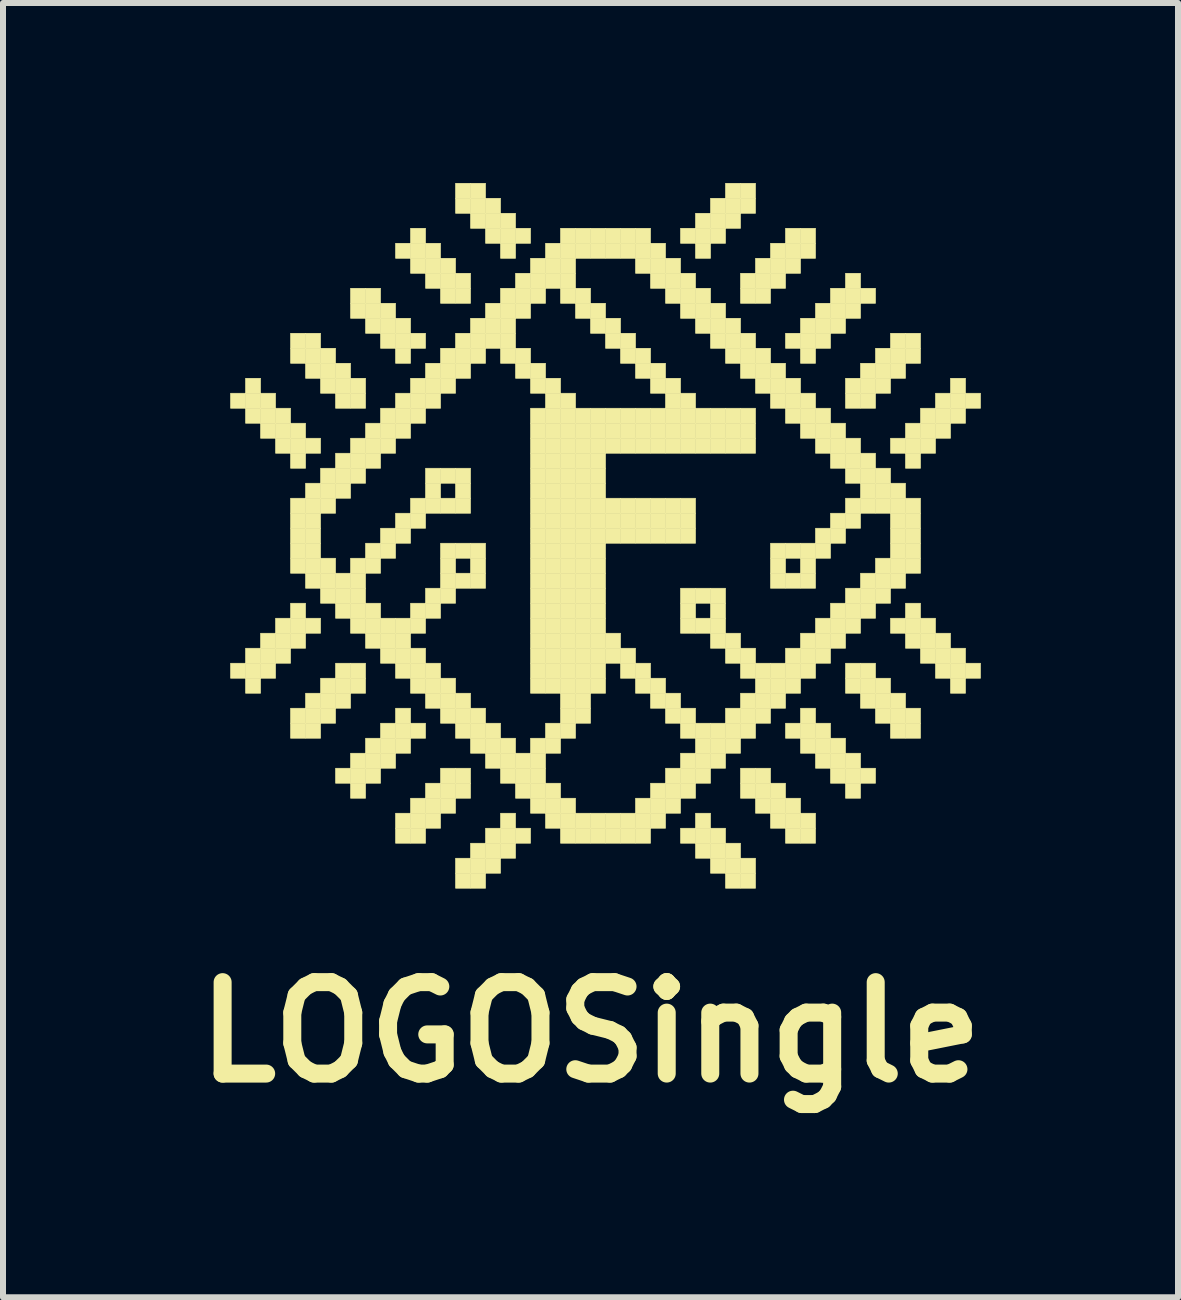
<source format=kicad_pcb>
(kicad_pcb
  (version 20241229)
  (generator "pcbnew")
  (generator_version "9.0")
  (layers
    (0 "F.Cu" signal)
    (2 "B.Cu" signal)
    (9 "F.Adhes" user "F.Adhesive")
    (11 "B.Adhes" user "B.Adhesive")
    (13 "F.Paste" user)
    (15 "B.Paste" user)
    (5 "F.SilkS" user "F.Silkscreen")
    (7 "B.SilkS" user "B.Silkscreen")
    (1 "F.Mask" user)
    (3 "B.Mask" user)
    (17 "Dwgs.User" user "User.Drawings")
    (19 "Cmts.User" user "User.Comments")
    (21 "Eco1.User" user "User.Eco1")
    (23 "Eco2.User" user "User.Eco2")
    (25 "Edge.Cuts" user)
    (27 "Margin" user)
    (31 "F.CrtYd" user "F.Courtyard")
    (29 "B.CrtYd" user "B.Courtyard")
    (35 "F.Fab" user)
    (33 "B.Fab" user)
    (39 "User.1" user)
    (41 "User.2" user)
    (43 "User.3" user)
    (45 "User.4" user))
  (footprint "LOGOSingle"
    (layer "F.Cu")
    (at 6.793 5.855)
    (property "Reference" "LOGOSingle" (at 0 8.3 0) (layer "F.SilkS") (effects (font (size 1.524 1.524) (thickness 0.3))))
    (attr through_hole)
    (fp_poly (pts (xy -6 -2.35) (xy -5.75 -2.35) (xy -5.75 -2.1) (xy -6 -2.1) (xy -6 -2.35)) (stroke (width 0.01) (type solid)) (fill yes) (layer "F.SilkS"))
    (fp_poly (pts (xy -6 2.15) (xy -5.75 2.15) (xy -5.75 2.4) (xy -6 2.4) (xy -6 2.15)) (stroke (width 0.01) (type solid)) (fill yes) (layer "F.SilkS"))
    (fp_poly (pts (xy -5.75 -2.6) (xy -5.5 -2.6) (xy -5.5 -2.35) (xy -5.75 -2.35) (xy -5.75 -2.6)) (stroke (width 0.01) (type solid)) (fill yes) (layer "F.SilkS"))
    (fp_poly (pts (xy -5.75 -2.35) (xy -5.5 -2.35) (xy -5.5 -2.1) (xy -5.75 -2.1) (xy -5.75 -2.35)) (stroke (width 0.01) (type solid)) (fill yes) (layer "F.SilkS"))
    (fp_poly (pts (xy -5.75 -2.1) (xy -5.5 -2.1) (xy -5.5 -1.85) (xy -5.75 -1.85) (xy -5.75 -2.1)) (stroke (width 0.01) (type solid)) (fill yes) (layer "F.SilkS"))
    (fp_poly (pts (xy -5.75 1.9) (xy -5.5 1.9) (xy -5.5 2.15) (xy -5.75 2.15) (xy -5.75 1.9)) (stroke (width 0.01) (type solid)) (fill yes) (layer "F.SilkS"))
    (fp_poly (pts (xy -5.75 2.15) (xy -5.5 2.15) (xy -5.5 2.4) (xy -5.75 2.4) (xy -5.75 2.15)) (stroke (width 0.01) (type solid)) (fill yes) (layer "F.SilkS"))
    (fp_poly (pts (xy -5.75 2.4) (xy -5.5 2.4) (xy -5.5 2.65) (xy -5.75 2.65) (xy -5.75 2.4)) (stroke (width 0.01) (type solid)) (fill yes) (layer "F.SilkS"))
    (fp_poly (pts (xy -5.5 -2.35) (xy -5.25 -2.35) (xy -5.25 -2.1) (xy -5.5 -2.1) (xy -5.5 -2.35)) (stroke (width 0.01) (type solid)) (fill yes) (layer "F.SilkS"))
    (fp_poly (pts (xy -5.5 -2.1) (xy -5.25 -2.1) (xy -5.25 -1.85) (xy -5.5 -1.85) (xy -5.5 -2.1)) (stroke (width 0.01) (type solid)) (fill yes) (layer "F.SilkS"))
    (fp_poly (pts (xy -5.5 -1.85) (xy -5.25 -1.85) (xy -5.25 -1.6) (xy -5.5 -1.6) (xy -5.5 -1.85)) (stroke (width 0.01) (type solid)) (fill yes) (layer "F.SilkS"))
    (fp_poly (pts (xy -5.5 1.65) (xy -5.25 1.65) (xy -5.25 1.9) (xy -5.5 1.9) (xy -5.5 1.65)) (stroke (width 0.01) (type solid)) (fill yes) (layer "F.SilkS"))
    (fp_poly (pts (xy -5.5 1.9) (xy -5.25 1.9) (xy -5.25 2.15) (xy -5.5 2.15) (xy -5.5 1.9)) (stroke (width 0.01) (type solid)) (fill yes) (layer "F.SilkS"))
    (fp_poly (pts (xy -5.5 2.15) (xy -5.25 2.15) (xy -5.25 2.4) (xy -5.5 2.4) (xy -5.5 2.15)) (stroke (width 0.01) (type solid)) (fill yes) (layer "F.SilkS"))
    (fp_poly (pts (xy -5.25 -2.1) (xy -5 -2.1) (xy -5 -1.85) (xy -5.25 -1.85) (xy -5.25 -2.1)) (stroke (width 0.01) (type solid)) (fill yes) (layer "F.SilkS"))
    (fp_poly (pts (xy -5.25 -1.85) (xy -5 -1.85) (xy -5 -1.6) (xy -5.25 -1.6) (xy -5.25 -1.85)) (stroke (width 0.01) (type solid)) (fill yes) (layer "F.SilkS"))
    (fp_poly (pts (xy -5.25 -1.6) (xy -5 -1.6) (xy -5 -1.35) (xy -5.25 -1.35) (xy -5.25 -1.6)) (stroke (width 0.01) (type solid)) (fill yes) (layer "F.SilkS"))
    (fp_poly (pts (xy -5.25 1.4) (xy -5 1.4) (xy -5 1.65) (xy -5.25 1.65) (xy -5.25 1.4)) (stroke (width 0.01) (type solid)) (fill yes) (layer "F.SilkS"))
    (fp_poly (pts (xy -5.25 1.65) (xy -5 1.65) (xy -5 1.9) (xy -5.25 1.9) (xy -5.25 1.65)) (stroke (width 0.01) (type solid)) (fill yes) (layer "F.SilkS"))
    (fp_poly (pts (xy -5.25 1.9) (xy -5 1.9) (xy -5 2.15) (xy -5.25 2.15) (xy -5.25 1.9)) (stroke (width 0.01) (type solid)) (fill yes) (layer "F.SilkS"))
    (fp_poly (pts (xy -5 -3.35) (xy -4.75 -3.35) (xy -4.75 -3.1) (xy -5 -3.1) (xy -5 -3.35)) (stroke (width 0.01) (type solid)) (fill yes) (layer "F.SilkS"))
    (fp_poly (pts (xy -5 -3.1) (xy -4.75 -3.1) (xy -4.75 -2.85) (xy -5 -2.85) (xy -5 -3.1)) (stroke (width 0.01) (type solid)) (fill yes) (layer "F.SilkS"))
    (fp_poly (pts (xy -5 -1.85) (xy -4.75 -1.85) (xy -4.75 -1.6) (xy -5 -1.6) (xy -5 -1.85)) (stroke (width 0.01) (type solid)) (fill yes) (layer "F.SilkS"))
    (fp_poly (pts (xy -5 -1.6) (xy -4.75 -1.6) (xy -4.75 -1.35) (xy -5 -1.35) (xy -5 -1.6)) (stroke (width 0.01) (type solid)) (fill yes) (layer "F.SilkS"))
    (fp_poly (pts (xy -5 -1.35) (xy -4.75 -1.35) (xy -4.75 -1.1) (xy -5 -1.1) (xy -5 -1.35)) (stroke (width 0.01) (type solid)) (fill yes) (layer "F.SilkS"))
    (fp_poly (pts (xy -5 -0.6) (xy -4.75 -0.6) (xy -4.75 -0.35) (xy -5 -0.35) (xy -5 -0.6)) (stroke (width 0.01) (type solid)) (fill yes) (layer "F.SilkS"))
    (fp_poly (pts (xy -5 -0.35) (xy -4.75 -0.35) (xy -4.75 -0.1) (xy -5 -0.1) (xy -5 -0.35)) (stroke (width 0.01) (type solid)) (fill yes) (layer "F.SilkS"))
    (fp_poly (pts (xy -5 -0.1) (xy -4.75 -0.1) (xy -4.75 0.15) (xy -5 0.15) (xy -5 -0.1)) (stroke (width 0.01) (type solid)) (fill yes) (layer "F.SilkS"))
    (fp_poly (pts (xy -5 0.15) (xy -4.75 0.15) (xy -4.75 0.4) (xy -5 0.4) (xy -5 0.15)) (stroke (width 0.01) (type solid)) (fill yes) (layer "F.SilkS"))
    (fp_poly (pts (xy -5 0.4) (xy -4.75 0.4) (xy -4.75 0.65) (xy -5 0.65) (xy -5 0.4)) (stroke (width 0.01) (type solid)) (fill yes) (layer "F.SilkS"))
    (fp_poly (pts (xy -5 1.15) (xy -4.75 1.15) (xy -4.75 1.4) (xy -5 1.4) (xy -5 1.15)) (stroke (width 0.01) (type solid)) (fill yes) (layer "F.SilkS"))
    (fp_poly (pts (xy -5 1.4) (xy -4.75 1.4) (xy -4.75 1.65) (xy -5 1.65) (xy -5 1.4)) (stroke (width 0.01) (type solid)) (fill yes) (layer "F.SilkS"))
    (fp_poly (pts (xy -5 1.65) (xy -4.75 1.65) (xy -4.75 1.9) (xy -5 1.9) (xy -5 1.65)) (stroke (width 0.01) (type solid)) (fill yes) (layer "F.SilkS"))
    (fp_poly (pts (xy -5 2.9) (xy -4.75 2.9) (xy -4.75 3.15) (xy -5 3.15) (xy -5 2.9)) (stroke (width 0.01) (type solid)) (fill yes) (layer "F.SilkS"))
    (fp_poly (pts (xy -5 3.15) (xy -4.75 3.15) (xy -4.75 3.4) (xy -5 3.4) (xy -5 3.15)) (stroke (width 0.01) (type solid)) (fill yes) (layer "F.SilkS"))
    (fp_poly (pts (xy -4.75 -3.35) (xy -4.5 -3.35) (xy -4.5 -3.1) (xy -4.75 -3.1) (xy -4.75 -3.35)) (stroke (width 0.01) (type solid)) (fill yes) (layer "F.SilkS"))
    (fp_poly (pts (xy -4.75 -3.1) (xy -4.5 -3.1) (xy -4.5 -2.85) (xy -4.75 -2.85) (xy -4.75 -3.1)) (stroke (width 0.01) (type solid)) (fill yes) (layer "F.SilkS"))
    (fp_poly (pts (xy -4.75 -2.85) (xy -4.5 -2.85) (xy -4.5 -2.6) (xy -4.75 -2.6) (xy -4.75 -2.85)) (stroke (width 0.01) (type solid)) (fill yes) (layer "F.SilkS"))
    (fp_poly (pts (xy -4.75 -1.6) (xy -4.5 -1.6) (xy -4.5 -1.35) (xy -4.75 -1.35) (xy -4.75 -1.6)) (stroke (width 0.01) (type solid)) (fill yes) (layer "F.SilkS"))
    (fp_poly (pts (xy -4.75 -0.85) (xy -4.5 -0.85) (xy -4.5 -0.6) (xy -4.75 -0.6) (xy -4.75 -0.85)) (stroke (width 0.01) (type solid)) (fill yes) (layer "F.SilkS"))
    (fp_poly (pts (xy -4.75 -0.6) (xy -4.5 -0.6) (xy -4.5 -0.35) (xy -4.75 -0.35) (xy -4.75 -0.6)) (stroke (width 0.01) (type solid)) (fill yes) (layer "F.SilkS"))
    (fp_poly (pts (xy -4.75 -0.35) (xy -4.5 -0.35) (xy -4.5 -0.1) (xy -4.75 -0.1) (xy -4.75 -0.35)) (stroke (width 0.01) (type solid)) (fill yes) (layer "F.SilkS"))
    (fp_poly (pts (xy -4.75 -0.1) (xy -4.5 -0.1) (xy -4.5 0.15) (xy -4.75 0.15) (xy -4.75 -0.1)) (stroke (width 0.01) (type solid)) (fill yes) (layer "F.SilkS"))
    (fp_poly (pts (xy -4.75 0.15) (xy -4.5 0.15) (xy -4.5 0.4) (xy -4.75 0.4) (xy -4.75 0.15)) (stroke (width 0.01) (type solid)) (fill yes) (layer "F.SilkS"))
    (fp_poly (pts (xy -4.75 0.4) (xy -4.5 0.4) (xy -4.5 0.65) (xy -4.75 0.65) (xy -4.75 0.4)) (stroke (width 0.01) (type solid)) (fill yes) (layer "F.SilkS"))
    (fp_poly (pts (xy -4.75 0.65) (xy -4.5 0.65) (xy -4.5 0.9) (xy -4.75 0.9) (xy -4.75 0.65)) (stroke (width 0.01) (type solid)) (fill yes) (layer "F.SilkS"))
    (fp_poly (pts (xy -4.75 1.4) (xy -4.5 1.4) (xy -4.5 1.65) (xy -4.75 1.65) (xy -4.75 1.4)) (stroke (width 0.01) (type solid)) (fill yes) (layer "F.SilkS"))
    (fp_poly (pts (xy -4.75 2.65) (xy -4.5 2.65) (xy -4.5 2.9) (xy -4.75 2.9) (xy -4.75 2.65)) (stroke (width 0.01) (type solid)) (fill yes) (layer "F.SilkS"))
    (fp_poly (pts (xy -4.75 2.9) (xy -4.5 2.9) (xy -4.5 3.15) (xy -4.75 3.15) (xy -4.75 2.9)) (stroke (width 0.01) (type solid)) (fill yes) (layer "F.SilkS"))
    (fp_poly (pts (xy -4.75 3.15) (xy -4.5 3.15) (xy -4.5 3.4) (xy -4.75 3.4) (xy -4.75 3.15)) (stroke (width 0.01) (type solid)) (fill yes) (layer "F.SilkS"))
    (fp_poly (pts (xy -4.5 -3.1) (xy -4.25 -3.1) (xy -4.25 -2.85) (xy -4.5 -2.85) (xy -4.5 -3.1)) (stroke (width 0.01) (type solid)) (fill yes) (layer "F.SilkS"))
    (fp_poly (pts (xy -4.5 -2.85) (xy -4.25 -2.85) (xy -4.25 -2.6) (xy -4.5 -2.6) (xy -4.5 -2.85)) (stroke (width 0.01) (type solid)) (fill yes) (layer "F.SilkS"))
    (fp_poly (pts (xy -4.5 -2.6) (xy -4.25 -2.6) (xy -4.25 -2.35) (xy -4.5 -2.35) (xy -4.5 -2.6)) (stroke (width 0.01) (type solid)) (fill yes) (layer "F.SilkS"))
    (fp_poly (pts (xy -4.5 -1.1) (xy -4.25 -1.1) (xy -4.25 -0.85) (xy -4.5 -0.85) (xy -4.5 -1.1)) (stroke (width 0.01) (type solid)) (fill yes) (layer "F.SilkS"))
    (fp_poly (pts (xy -4.5 -0.85) (xy -4.25 -0.85) (xy -4.25 -0.6) (xy -4.5 -0.6) (xy -4.5 -0.85)) (stroke (width 0.01) (type solid)) (fill yes) (layer "F.SilkS"))
    (fp_poly (pts (xy -4.5 -0.6) (xy -4.25 -0.6) (xy -4.25 -0.35) (xy -4.5 -0.35) (xy -4.5 -0.6)) (stroke (width 0.01) (type solid)) (fill yes) (layer "F.SilkS"))
    (fp_poly (pts (xy -4.5 0.4) (xy -4.25 0.4) (xy -4.25 0.65) (xy -4.5 0.65) (xy -4.5 0.4)) (stroke (width 0.01) (type solid)) (fill yes) (layer "F.SilkS"))
    (fp_poly (pts (xy -4.5 0.65) (xy -4.25 0.65) (xy -4.25 0.9) (xy -4.5 0.9) (xy -4.5 0.65)) (stroke (width 0.01) (type solid)) (fill yes) (layer "F.SilkS"))
    (fp_poly (pts (xy -4.5 0.9) (xy -4.25 0.9) (xy -4.25 1.15) (xy -4.5 1.15) (xy -4.5 0.9)) (stroke (width 0.01) (type solid)) (fill yes) (layer "F.SilkS"))
    (fp_poly (pts (xy -4.5 2.4) (xy -4.25 2.4) (xy -4.25 2.65) (xy -4.5 2.65) (xy -4.5 2.4)) (stroke (width 0.01) (type solid)) (fill yes) (layer "F.SilkS"))
    (fp_poly (pts (xy -4.5 2.65) (xy -4.25 2.65) (xy -4.25 2.9) (xy -4.5 2.9) (xy -4.5 2.65)) (stroke (width 0.01) (type solid)) (fill yes) (layer "F.SilkS"))
    (fp_poly (pts (xy -4.5 2.9) (xy -4.25 2.9) (xy -4.25 3.15) (xy -4.5 3.15) (xy -4.5 2.9)) (stroke (width 0.01) (type solid)) (fill yes) (layer "F.SilkS"))
    (fp_poly (pts (xy -4.25 -2.85) (xy -4 -2.85) (xy -4 -2.6) (xy -4.25 -2.6) (xy -4.25 -2.85)) (stroke (width 0.01) (type solid)) (fill yes) (layer "F.SilkS"))
    (fp_poly (pts (xy -4.25 -2.6) (xy -4 -2.6) (xy -4 -2.35) (xy -4.25 -2.35) (xy -4.25 -2.6)) (stroke (width 0.01) (type solid)) (fill yes) (layer "F.SilkS"))
    (fp_poly (pts (xy -4.25 -2.35) (xy -4 -2.35) (xy -4 -2.1) (xy -4.25 -2.1) (xy -4.25 -2.35)) (stroke (width 0.01) (type solid)) (fill yes) (layer "F.SilkS"))
    (fp_poly (pts (xy -4.25 -1.35) (xy -4 -1.35) (xy -4 -1.1) (xy -4.25 -1.1) (xy -4.25 -1.35)) (stroke (width 0.01) (type solid)) (fill yes) (layer "F.SilkS"))
    (fp_poly (pts (xy -4.25 -1.1) (xy -4 -1.1) (xy -4 -0.85) (xy -4.25 -0.85) (xy -4.25 -1.1)) (stroke (width 0.01) (type solid)) (fill yes) (layer "F.SilkS"))
    (fp_poly (pts (xy -4.25 -0.85) (xy -4 -0.85) (xy -4 -0.6) (xy -4.25 -0.6) (xy -4.25 -0.85)) (stroke (width 0.01) (type solid)) (fill yes) (layer "F.SilkS"))
    (fp_poly (pts (xy -4.25 0.65) (xy -4 0.65) (xy -4 0.9) (xy -4.25 0.9) (xy -4.25 0.65)) (stroke (width 0.01) (type solid)) (fill yes) (layer "F.SilkS"))
    (fp_poly (pts (xy -4.25 0.9) (xy -4 0.9) (xy -4 1.15) (xy -4.25 1.15) (xy -4.25 0.9)) (stroke (width 0.01) (type solid)) (fill yes) (layer "F.SilkS"))
    (fp_poly (pts (xy -4.25 1.15) (xy -4 1.15) (xy -4 1.4) (xy -4.25 1.4) (xy -4.25 1.15)) (stroke (width 0.01) (type solid)) (fill yes) (layer "F.SilkS"))
    (fp_poly (pts (xy -4.25 2.15) (xy -4 2.15) (xy -4 2.4) (xy -4.25 2.4) (xy -4.25 2.15)) (stroke (width 0.01) (type solid)) (fill yes) (layer "F.SilkS"))
    (fp_poly (pts (xy -4.25 2.4) (xy -4 2.4) (xy -4 2.65) (xy -4.25 2.65) (xy -4.25 2.4)) (stroke (width 0.01) (type solid)) (fill yes) (layer "F.SilkS"))
    (fp_poly (pts (xy -4.25 2.65) (xy -4 2.65) (xy -4 2.9) (xy -4.25 2.9) (xy -4.25 2.65)) (stroke (width 0.01) (type solid)) (fill yes) (layer "F.SilkS"))
    (fp_poly (pts (xy -4.25 3.9) (xy -4 3.9) (xy -4 4.15) (xy -4.25 4.15) (xy -4.25 3.9)) (stroke (width 0.01) (type solid)) (fill yes) (layer "F.SilkS"))
    (fp_poly (pts (xy -4 -4.1) (xy -3.75 -4.1) (xy -3.75 -3.85) (xy -4 -3.85) (xy -4 -4.1)) (stroke (width 0.01) (type solid)) (fill yes) (layer "F.SilkS"))
    (fp_poly (pts (xy -4 -3.85) (xy -3.75 -3.85) (xy -3.75 -3.6) (xy -4 -3.6) (xy -4 -3.85)) (stroke (width 0.01) (type solid)) (fill yes) (layer "F.SilkS"))
    (fp_poly (pts (xy -4 -2.6) (xy -3.75 -2.6) (xy -3.75 -2.35) (xy -4 -2.35) (xy -4 -2.6)) (stroke (width 0.01) (type solid)) (fill yes) (layer "F.SilkS"))
    (fp_poly (pts (xy -4 -2.35) (xy -3.75 -2.35) (xy -3.75 -2.1) (xy -4 -2.1) (xy -4 -2.35)) (stroke (width 0.01) (type solid)) (fill yes) (layer "F.SilkS"))
    (fp_poly (pts (xy -4 -1.6) (xy -3.75 -1.6) (xy -3.75 -1.35) (xy -4 -1.35) (xy -4 -1.6)) (stroke (width 0.01) (type solid)) (fill yes) (layer "F.SilkS"))
    (fp_poly (pts (xy -4 -1.35) (xy -3.75 -1.35) (xy -3.75 -1.1) (xy -4 -1.1) (xy -4 -1.35)) (stroke (width 0.01) (type solid)) (fill yes) (layer "F.SilkS"))
    (fp_poly (pts (xy -4 -1.1) (xy -3.75 -1.1) (xy -3.75 -0.85) (xy -4 -0.85) (xy -4 -1.1)) (stroke (width 0.01) (type solid)) (fill yes) (layer "F.SilkS"))
    (fp_poly (pts (xy -4 0.4) (xy -3.75 0.4) (xy -3.75 0.65) (xy -4 0.65) (xy -4 0.4)) (stroke (width 0.01) (type solid)) (fill yes) (layer "F.SilkS"))
    (fp_poly (pts (xy -4 0.65) (xy -3.75 0.65) (xy -3.75 0.9) (xy -4 0.9) (xy -4 0.65)) (stroke (width 0.01) (type solid)) (fill yes) (layer "F.SilkS"))
    (fp_poly (pts (xy -4 0.9) (xy -3.75 0.9) (xy -3.75 1.15) (xy -4 1.15) (xy -4 0.9)) (stroke (width 0.01) (type solid)) (fill yes) (layer "F.SilkS"))
    (fp_poly (pts (xy -4 1.15) (xy -3.75 1.15) (xy -3.75 1.4) (xy -4 1.4) (xy -4 1.15)) (stroke (width 0.01) (type solid)) (fill yes) (layer "F.SilkS"))
    (fp_poly (pts (xy -4 1.4) (xy -3.75 1.4) (xy -3.75 1.65) (xy -4 1.65) (xy -4 1.4)) (stroke (width 0.01) (type solid)) (fill yes) (layer "F.SilkS"))
    (fp_poly (pts (xy -4 2.15) (xy -3.75 2.15) (xy -3.75 2.4) (xy -4 2.4) (xy -4 2.15)) (stroke (width 0.01) (type solid)) (fill yes) (layer "F.SilkS"))
    (fp_poly (pts (xy -4 2.4) (xy -3.75 2.4) (xy -3.75 2.65) (xy -4 2.65) (xy -4 2.4)) (stroke (width 0.01) (type solid)) (fill yes) (layer "F.SilkS"))
    (fp_poly (pts (xy -4 3.65) (xy -3.75 3.65) (xy -3.75 3.9) (xy -4 3.9) (xy -4 3.65)) (stroke (width 0.01) (type solid)) (fill yes) (layer "F.SilkS"))
    (fp_poly (pts (xy -4 3.9) (xy -3.75 3.9) (xy -3.75 4.15) (xy -4 4.15) (xy -4 3.9)) (stroke (width 0.01) (type solid)) (fill yes) (layer "F.SilkS"))
    (fp_poly (pts (xy -4 4.15) (xy -3.75 4.15) (xy -3.75 4.4) (xy -4 4.4) (xy -4 4.15)) (stroke (width 0.01) (type solid)) (fill yes) (layer "F.SilkS"))
    (fp_poly (pts (xy -3.75 -4.1) (xy -3.5 -4.1) (xy -3.5 -3.85) (xy -3.75 -3.85) (xy -3.75 -4.1)) (stroke (width 0.01) (type solid)) (fill yes) (layer "F.SilkS"))
    (fp_poly (pts (xy -3.75 -3.85) (xy -3.5 -3.85) (xy -3.5 -3.6) (xy -3.75 -3.6) (xy -3.75 -3.85)) (stroke (width 0.01) (type solid)) (fill yes) (layer "F.SilkS"))
    (fp_poly (pts (xy -3.75 -3.6) (xy -3.5 -3.6) (xy -3.5 -3.35) (xy -3.75 -3.35) (xy -3.75 -3.6)) (stroke (width 0.01) (type solid)) (fill yes) (layer "F.SilkS"))
    (fp_poly (pts (xy -3.75 -1.85) (xy -3.5 -1.85) (xy -3.5 -1.6) (xy -3.75 -1.6) (xy -3.75 -1.85)) (stroke (width 0.01) (type solid)) (fill yes) (layer "F.SilkS"))
    (fp_poly (pts (xy -3.75 -1.6) (xy -3.5 -1.6) (xy -3.5 -1.35) (xy -3.75 -1.35) (xy -3.75 -1.6)) (stroke (width 0.01) (type solid)) (fill yes) (layer "F.SilkS"))
    (fp_poly (pts (xy -3.75 -1.35) (xy -3.5 -1.35) (xy -3.5 -1.1) (xy -3.75 -1.1) (xy -3.75 -1.35)) (stroke (width 0.01) (type solid)) (fill yes) (layer "F.SilkS"))
    (fp_poly (pts (xy -3.75 0.15) (xy -3.5 0.15) (xy -3.5 0.4) (xy -3.75 0.4) (xy -3.75 0.15)) (stroke (width 0.01) (type solid)) (fill yes) (layer "F.SilkS"))
    (fp_poly (pts (xy -3.75 0.4) (xy -3.5 0.4) (xy -3.5 0.65) (xy -3.75 0.65) (xy -3.75 0.4)) (stroke (width 0.01) (type solid)) (fill yes) (layer "F.SilkS"))
    (fp_poly (pts (xy -3.75 1.15) (xy -3.5 1.15) (xy -3.5 1.4) (xy -3.75 1.4) (xy -3.75 1.15)) (stroke (width 0.01) (type solid)) (fill yes) (layer "F.SilkS"))
    (fp_poly (pts (xy -3.75 1.4) (xy -3.5 1.4) (xy -3.5 1.65) (xy -3.75 1.65) (xy -3.75 1.4)) (stroke (width 0.01) (type solid)) (fill yes) (layer "F.SilkS"))
    (fp_poly (pts (xy -3.75 1.65) (xy -3.5 1.65) (xy -3.5 1.9) (xy -3.75 1.9) (xy -3.75 1.65)) (stroke (width 0.01) (type solid)) (fill yes) (layer "F.SilkS"))
    (fp_poly (pts (xy -3.75 3.4) (xy -3.5 3.4) (xy -3.5 3.65) (xy -3.75 3.65) (xy -3.75 3.4)) (stroke (width 0.01) (type solid)) (fill yes) (layer "F.SilkS"))
    (fp_poly (pts (xy -3.75 3.65) (xy -3.5 3.65) (xy -3.5 3.9) (xy -3.75 3.9) (xy -3.75 3.65)) (stroke (width 0.01) (type solid)) (fill yes) (layer "F.SilkS"))
    (fp_poly (pts (xy -3.75 3.9) (xy -3.5 3.9) (xy -3.5 4.15) (xy -3.75 4.15) (xy -3.75 3.9)) (stroke (width 0.01) (type solid)) (fill yes) (layer "F.SilkS"))
    (fp_poly (pts (xy -3.5 -3.85) (xy -3.25 -3.85) (xy -3.25 -3.6) (xy -3.5 -3.6) (xy -3.5 -3.85)) (stroke (width 0.01) (type solid)) (fill yes) (layer "F.SilkS"))
    (fp_poly (pts (xy -3.5 -3.6) (xy -3.25 -3.6) (xy -3.25 -3.35) (xy -3.5 -3.35) (xy -3.5 -3.6)) (stroke (width 0.01) (type solid)) (fill yes) (layer "F.SilkS"))
    (fp_poly (pts (xy -3.5 -3.35) (xy -3.25 -3.35) (xy -3.25 -3.1) (xy -3.5 -3.1) (xy -3.5 -3.35)) (stroke (width 0.01) (type solid)) (fill yes) (layer "F.SilkS"))
    (fp_poly (pts (xy -3.5 -2.1) (xy -3.25 -2.1) (xy -3.25 -1.85) (xy -3.5 -1.85) (xy -3.5 -2.1)) (stroke (width 0.01) (type solid)) (fill yes) (layer "F.SilkS"))
    (fp_poly (pts (xy -3.5 -1.85) (xy -3.25 -1.85) (xy -3.25 -1.6) (xy -3.5 -1.6) (xy -3.5 -1.85)) (stroke (width 0.01) (type solid)) (fill yes) (layer "F.SilkS"))
    (fp_poly (pts (xy -3.5 -1.6) (xy -3.25 -1.6) (xy -3.25 -1.35) (xy -3.5 -1.35) (xy -3.5 -1.6)) (stroke (width 0.01) (type solid)) (fill yes) (layer "F.SilkS"))
    (fp_poly (pts (xy -3.5 -0.1) (xy -3.25 -0.1) (xy -3.25 0.15) (xy -3.5 0.15) (xy -3.5 -0.1)) (stroke (width 0.01) (type solid)) (fill yes) (layer "F.SilkS"))
    (fp_poly (pts (xy -3.5 0.15) (xy -3.25 0.15) (xy -3.25 0.4) (xy -3.5 0.4) (xy -3.5 0.15)) (stroke (width 0.01) (type solid)) (fill yes) (layer "F.SilkS"))
    (fp_poly (pts (xy -3.5 1.4) (xy -3.25 1.4) (xy -3.25 1.65) (xy -3.5 1.65) (xy -3.5 1.4)) (stroke (width 0.01) (type solid)) (fill yes) (layer "F.SilkS"))
    (fp_poly (pts (xy -3.5 1.65) (xy -3.25 1.65) (xy -3.25 1.9) (xy -3.5 1.9) (xy -3.5 1.65)) (stroke (width 0.01) (type solid)) (fill yes) (layer "F.SilkS"))
    (fp_poly (pts (xy -3.5 1.9) (xy -3.25 1.9) (xy -3.25 2.15) (xy -3.5 2.15) (xy -3.5 1.9)) (stroke (width 0.01) (type solid)) (fill yes) (layer "F.SilkS"))
    (fp_poly (pts (xy -3.5 3.15) (xy -3.25 3.15) (xy -3.25 3.4) (xy -3.5 3.4) (xy -3.5 3.15)) (stroke (width 0.01) (type solid)) (fill yes) (layer "F.SilkS"))
    (fp_poly (pts (xy -3.5 3.4) (xy -3.25 3.4) (xy -3.25 3.65) (xy -3.5 3.65) (xy -3.5 3.4)) (stroke (width 0.01) (type solid)) (fill yes) (layer "F.SilkS"))
    (fp_poly (pts (xy -3.5 3.65) (xy -3.25 3.65) (xy -3.25 3.9) (xy -3.5 3.9) (xy -3.5 3.65)) (stroke (width 0.01) (type solid)) (fill yes) (layer "F.SilkS"))
    (fp_poly (pts (xy -3.25 -4.85) (xy -3 -4.85) (xy -3 -4.6) (xy -3.25 -4.6) (xy -3.25 -4.85)) (stroke (width 0.01) (type solid)) (fill yes) (layer "F.SilkS"))
    (fp_poly (pts (xy -3.25 -3.6) (xy -3 -3.6) (xy -3 -3.35) (xy -3.25 -3.35) (xy -3.25 -3.6)) (stroke (width 0.01) (type solid)) (fill yes) (layer "F.SilkS"))
    (fp_poly (pts (xy -3.25 -3.35) (xy -3 -3.35) (xy -3 -3.1) (xy -3.25 -3.1) (xy -3.25 -3.35)) (stroke (width 0.01) (type solid)) (fill yes) (layer "F.SilkS"))
    (fp_poly (pts (xy -3.25 -3.1) (xy -3 -3.1) (xy -3 -2.85) (xy -3.25 -2.85) (xy -3.25 -3.1)) (stroke (width 0.01) (type solid)) (fill yes) (layer "F.SilkS"))
    (fp_poly (pts (xy -3.25 -2.35) (xy -3 -2.35) (xy -3 -2.1) (xy -3.25 -2.1) (xy -3.25 -2.35)) (stroke (width 0.01) (type solid)) (fill yes) (layer "F.SilkS"))
    (fp_poly (pts (xy -3.25 -2.1) (xy -3 -2.1) (xy -3 -1.85) (xy -3.25 -1.85) (xy -3.25 -2.1)) (stroke (width 0.01) (type solid)) (fill yes) (layer "F.SilkS"))
    (fp_poly (pts (xy -3.25 -1.85) (xy -3 -1.85) (xy -3 -1.6) (xy -3.25 -1.6) (xy -3.25 -1.85)) (stroke (width 0.01) (type solid)) (fill yes) (layer "F.SilkS"))
    (fp_poly (pts (xy -3.25 -0.35) (xy -3 -0.35) (xy -3 -0.1) (xy -3.25 -0.1) (xy -3.25 -0.35)) (stroke (width 0.01) (type solid)) (fill yes) (layer "F.SilkS"))
    (fp_poly (pts (xy -3.25 -0.1) (xy -3 -0.1) (xy -3 0.15) (xy -3.25 0.15) (xy -3.25 -0.1)) (stroke (width 0.01) (type solid)) (fill yes) (layer "F.SilkS"))
    (fp_poly (pts (xy -3.25 1.4) (xy -3 1.4) (xy -3 1.65) (xy -3.25 1.65) (xy -3.25 1.4)) (stroke (width 0.01) (type solid)) (fill yes) (layer "F.SilkS"))
    (fp_poly (pts (xy -3.25 1.65) (xy -3 1.65) (xy -3 1.9) (xy -3.25 1.9) (xy -3.25 1.65)) (stroke (width 0.01) (type solid)) (fill yes) (layer "F.SilkS"))
    (fp_poly (pts (xy -3.25 1.9) (xy -3 1.9) (xy -3 2.15) (xy -3.25 2.15) (xy -3.25 1.9)) (stroke (width 0.01) (type solid)) (fill yes) (layer "F.SilkS"))
    (fp_poly (pts (xy -3.25 2.15) (xy -3 2.15) (xy -3 2.4) (xy -3.25 2.4) (xy -3.25 2.15)) (stroke (width 0.01) (type solid)) (fill yes) (layer "F.SilkS"))
    (fp_poly (pts (xy -3.25 2.9) (xy -3 2.9) (xy -3 3.15) (xy -3.25 3.15) (xy -3.25 2.9)) (stroke (width 0.01) (type solid)) (fill yes) (layer "F.SilkS"))
    (fp_poly (pts (xy -3.25 3.15) (xy -3 3.15) (xy -3 3.4) (xy -3.25 3.4) (xy -3.25 3.15)) (stroke (width 0.01) (type solid)) (fill yes) (layer "F.SilkS"))
    (fp_poly (pts (xy -3.25 3.4) (xy -3 3.4) (xy -3 3.65) (xy -3.25 3.65) (xy -3.25 3.4)) (stroke (width 0.01) (type solid)) (fill yes) (layer "F.SilkS"))
    (fp_poly (pts (xy -3.25 4.65) (xy -3 4.65) (xy -3 4.9) (xy -3.25 4.9) (xy -3.25 4.65)) (stroke (width 0.01) (type solid)) (fill yes) (layer "F.SilkS"))
    (fp_poly (pts (xy -3.25 4.9) (xy -3 4.9) (xy -3 5.15) (xy -3.25 5.15) (xy -3.25 4.9)) (stroke (width 0.01) (type solid)) (fill yes) (layer "F.SilkS"))
    (fp_poly (pts (xy -3 -5.1) (xy -2.75 -5.1) (xy -2.75 -4.85) (xy -3 -4.85) (xy -3 -5.1)) (stroke (width 0.01) (type solid)) (fill yes) (layer "F.SilkS"))
    (fp_poly (pts (xy -3 -4.85) (xy -2.75 -4.85) (xy -2.75 -4.6) (xy -3 -4.6) (xy -3 -4.85)) (stroke (width 0.01) (type solid)) (fill yes) (layer "F.SilkS"))
    (fp_poly (pts (xy -3 -4.6) (xy -2.75 -4.6) (xy -2.75 -4.35) (xy -3 -4.35) (xy -3 -4.6)) (stroke (width 0.01) (type solid)) (fill yes) (layer "F.SilkS"))
    (fp_poly (pts (xy -3 -3.35) (xy -2.75 -3.35) (xy -2.75 -3.1) (xy -3 -3.1) (xy -3 -3.35)) (stroke (width 0.01) (type solid)) (fill yes) (layer "F.SilkS"))
    (fp_poly (pts (xy -3 -2.6) (xy -2.75 -2.6) (xy -2.75 -2.35) (xy -3 -2.35) (xy -3 -2.6)) (stroke (width 0.01) (type solid)) (fill yes) (layer "F.SilkS"))
    (fp_poly (pts (xy -3 -2.35) (xy -2.75 -2.35) (xy -2.75 -2.1) (xy -3 -2.1) (xy -3 -2.35)) (stroke (width 0.01) (type solid)) (fill yes) (layer "F.SilkS"))
    (fp_poly (pts (xy -3 -2.1) (xy -2.75 -2.1) (xy -2.75 -1.85) (xy -3 -1.85) (xy -3 -2.1)) (stroke (width 0.01) (type solid)) (fill yes) (layer "F.SilkS"))
    (fp_poly (pts (xy -3 -0.6) (xy -2.75 -0.6) (xy -2.75 -0.35) (xy -3 -0.35) (xy -3 -0.6)) (stroke (width 0.01) (type solid)) (fill yes) (layer "F.SilkS"))
    (fp_poly (pts (xy -3 -0.35) (xy -2.75 -0.35) (xy -2.75 -0.1) (xy -3 -0.1) (xy -3 -0.35)) (stroke (width 0.01) (type solid)) (fill yes) (layer "F.SilkS"))
    (fp_poly (pts (xy -3 1.15) (xy -2.75 1.15) (xy -2.75 1.4) (xy -3 1.4) (xy -3 1.15)) (stroke (width 0.01) (type solid)) (fill yes) (layer "F.SilkS"))
    (fp_poly (pts (xy -3 1.4) (xy -2.75 1.4) (xy -2.75 1.65) (xy -3 1.65) (xy -3 1.4)) (stroke (width 0.01) (type solid)) (fill yes) (layer "F.SilkS"))
    (fp_poly (pts (xy -3 1.9) (xy -2.75 1.9) (xy -2.75 2.15) (xy -3 2.15) (xy -3 1.9)) (stroke (width 0.01) (type solid)) (fill yes) (layer "F.SilkS"))
    (fp_poly (pts (xy -3 2.15) (xy -2.75 2.15) (xy -2.75 2.4) (xy -3 2.4) (xy -3 2.15)) (stroke (width 0.01) (type solid)) (fill yes) (layer "F.SilkS"))
    (fp_poly (pts (xy -3 2.4) (xy -2.75 2.4) (xy -2.75 2.65) (xy -3 2.65) (xy -3 2.4)) (stroke (width 0.01) (type solid)) (fill yes) (layer "F.SilkS"))
    (fp_poly (pts (xy -3 3.15) (xy -2.75 3.15) (xy -2.75 3.4) (xy -3 3.4) (xy -3 3.15)) (stroke (width 0.01) (type solid)) (fill yes) (layer "F.SilkS"))
    (fp_poly (pts (xy -3 4.4) (xy -2.75 4.4) (xy -2.75 4.65) (xy -3 4.65) (xy -3 4.4)) (stroke (width 0.01) (type solid)) (fill yes) (layer "F.SilkS"))
    (fp_poly (pts (xy -3 4.65) (xy -2.75 4.65) (xy -2.75 4.9) (xy -3 4.9) (xy -3 4.65)) (stroke (width 0.01) (type solid)) (fill yes) (layer "F.SilkS"))
    (fp_poly (pts (xy -3 4.9) (xy -2.75 4.9) (xy -2.75 5.15) (xy -3 5.15) (xy -3 4.9)) (stroke (width 0.01) (type solid)) (fill yes) (layer "F.SilkS"))
    (fp_poly (pts (xy -2.75 -4.85) (xy -2.5 -4.85) (xy -2.5 -4.6) (xy -2.75 -4.6) (xy -2.75 -4.85)) (stroke (width 0.01) (type solid)) (fill yes) (layer "F.SilkS"))
    (fp_poly (pts (xy -2.75 -4.6) (xy -2.5 -4.6) (xy -2.5 -4.35) (xy -2.75 -4.35) (xy -2.75 -4.6)) (stroke (width 0.01) (type solid)) (fill yes) (layer "F.SilkS"))
    (fp_poly (pts (xy -2.75 -4.35) (xy -2.5 -4.35) (xy -2.5 -4.1) (xy -2.75 -4.1) (xy -2.75 -4.35)) (stroke (width 0.01) (type solid)) (fill yes) (layer "F.SilkS"))
    (fp_poly (pts (xy -2.75 -2.85) (xy -2.5 -2.85) (xy -2.5 -2.6) (xy -2.75 -2.6) (xy -2.75 -2.85)) (stroke (width 0.01) (type solid)) (fill yes) (layer "F.SilkS"))
    (fp_poly (pts (xy -2.75 -2.6) (xy -2.5 -2.6) (xy -2.5 -2.35) (xy -2.75 -2.35) (xy -2.75 -2.6)) (stroke (width 0.01) (type solid)) (fill yes) (layer "F.SilkS"))
    (fp_poly (pts (xy -2.75 -2.35) (xy -2.5 -2.35) (xy -2.5 -2.1) (xy -2.75 -2.1) (xy -2.75 -2.35)) (stroke (width 0.01) (type solid)) (fill yes) (layer "F.SilkS"))
    (fp_poly (pts (xy -2.75 -1.1) (xy -2.5 -1.1) (xy -2.5 -0.85) (xy -2.75 -0.85) (xy -2.75 -1.1)) (stroke (width 0.01) (type solid)) (fill yes) (layer "F.SilkS"))
    (fp_poly (pts (xy -2.75 -0.85) (xy -2.5 -0.85) (xy -2.5 -0.6) (xy -2.75 -0.6) (xy -2.75 -0.85)) (stroke (width 0.01) (type solid)) (fill yes) (layer "F.SilkS"))
    (fp_poly (pts (xy -2.75 -0.6) (xy -2.5 -0.6) (xy -2.5 -0.35) (xy -2.75 -0.35) (xy -2.75 -0.6)) (stroke (width 0.01) (type solid)) (fill yes) (layer "F.SilkS"))
    (fp_poly (pts (xy -2.75 0.9) (xy -2.5 0.9) (xy -2.5 1.15) (xy -2.75 1.15) (xy -2.75 0.9)) (stroke (width 0.01) (type solid)) (fill yes) (layer "F.SilkS"))
    (fp_poly (pts (xy -2.75 1.15) (xy -2.5 1.15) (xy -2.5 1.4) (xy -2.75 1.4) (xy -2.75 1.15)) (stroke (width 0.01) (type solid)) (fill yes) (layer "F.SilkS"))
    (fp_poly (pts (xy -2.75 2.15) (xy -2.5 2.15) (xy -2.5 2.4) (xy -2.75 2.4) (xy -2.75 2.15)) (stroke (width 0.01) (type solid)) (fill yes) (layer "F.SilkS"))
    (fp_poly (pts (xy -2.75 2.4) (xy -2.5 2.4) (xy -2.5 2.65) (xy -2.75 2.65) (xy -2.75 2.4)) (stroke (width 0.01) (type solid)) (fill yes) (layer "F.SilkS"))
    (fp_poly (pts (xy -2.75 2.65) (xy -2.5 2.65) (xy -2.5 2.9) (xy -2.75 2.9) (xy -2.75 2.65)) (stroke (width 0.01) (type solid)) (fill yes) (layer "F.SilkS"))
    (fp_poly (pts (xy -2.75 4.15) (xy -2.5 4.15) (xy -2.5 4.4) (xy -2.75 4.4) (xy -2.75 4.15)) (stroke (width 0.01) (type solid)) (fill yes) (layer "F.SilkS"))
    (fp_poly (pts (xy -2.75 4.4) (xy -2.5 4.4) (xy -2.5 4.65) (xy -2.75 4.65) (xy -2.75 4.4)) (stroke (width 0.01) (type solid)) (fill yes) (layer "F.SilkS"))
    (fp_poly (pts (xy -2.75 4.65) (xy -2.5 4.65) (xy -2.5 4.9) (xy -2.75 4.9) (xy -2.75 4.65)) (stroke (width 0.01) (type solid)) (fill yes) (layer "F.SilkS"))
    (fp_poly (pts (xy -2.5 -4.6) (xy -2.25 -4.6) (xy -2.25 -4.35) (xy -2.5 -4.35) (xy -2.5 -4.6)) (stroke (width 0.01) (type solid)) (fill yes) (layer "F.SilkS"))
    (fp_poly (pts (xy -2.5 -4.35) (xy -2.25 -4.35) (xy -2.25 -4.1) (xy -2.5 -4.1) (xy -2.5 -4.35)) (stroke (width 0.01) (type solid)) (fill yes) (layer "F.SilkS"))
    (fp_poly (pts (xy -2.5 -4.1) (xy -2.25 -4.1) (xy -2.25 -3.85) (xy -2.5 -3.85) (xy -2.5 -4.1)) (stroke (width 0.01) (type solid)) (fill yes) (layer "F.SilkS"))
    (fp_poly (pts (xy -2.5 -3.1) (xy -2.25 -3.1) (xy -2.25 -2.85) (xy -2.5 -2.85) (xy -2.5 -3.1)) (stroke (width 0.01) (type solid)) (fill yes) (layer "F.SilkS"))
    (fp_poly (pts (xy -2.5 -2.85) (xy -2.25 -2.85) (xy -2.25 -2.6) (xy -2.5 -2.6) (xy -2.5 -2.85)) (stroke (width 0.01) (type solid)) (fill yes) (layer "F.SilkS"))
    (fp_poly (pts (xy -2.5 -2.6) (xy -2.25 -2.6) (xy -2.25 -2.35) (xy -2.5 -2.35) (xy -2.5 -2.6)) (stroke (width 0.01) (type solid)) (fill yes) (layer "F.SilkS"))
    (fp_poly (pts (xy -2.5 -1.1) (xy -2.25 -1.1) (xy -2.25 -0.85) (xy -2.5 -0.85) (xy -2.5 -1.1)) (stroke (width 0.01) (type solid)) (fill yes) (layer "F.SilkS"))
    (fp_poly (pts (xy -2.5 -0.6) (xy -2.25 -0.6) (xy -2.25 -0.35) (xy -2.5 -0.35) (xy -2.5 -0.6)) (stroke (width 0.01) (type solid)) (fill yes) (layer "F.SilkS"))
    (fp_poly (pts (xy -2.5 0.15) (xy -2.25 0.15) (xy -2.25 0.4) (xy -2.5 0.4) (xy -2.5 0.15)) (stroke (width 0.01) (type solid)) (fill yes) (layer "F.SilkS"))
    (fp_poly (pts (xy -2.5 0.4) (xy -2.25 0.4) (xy -2.25 0.65) (xy -2.5 0.65) (xy -2.5 0.4)) (stroke (width 0.01) (type solid)) (fill yes) (layer "F.SilkS"))
    (fp_poly (pts (xy -2.5 0.65) (xy -2.25 0.65) (xy -2.25 0.9) (xy -2.5 0.9) (xy -2.5 0.65)) (stroke (width 0.01) (type solid)) (fill yes) (layer "F.SilkS"))
    (fp_poly (pts (xy -2.5 0.9) (xy -2.25 0.9) (xy -2.25 1.15) (xy -2.5 1.15) (xy -2.5 0.9)) (stroke (width 0.01) (type solid)) (fill yes) (layer "F.SilkS"))
    (fp_poly (pts (xy -2.5 2.4) (xy -2.25 2.4) (xy -2.25 2.65) (xy -2.5 2.65) (xy -2.5 2.4)) (stroke (width 0.01) (type solid)) (fill yes) (layer "F.SilkS"))
    (fp_poly (pts (xy -2.5 2.65) (xy -2.25 2.65) (xy -2.25 2.9) (xy -2.5 2.9) (xy -2.5 2.65)) (stroke (width 0.01) (type solid)) (fill yes) (layer "F.SilkS"))
    (fp_poly (pts (xy -2.5 2.9) (xy -2.25 2.9) (xy -2.25 3.15) (xy -2.5 3.15) (xy -2.5 2.9)) (stroke (width 0.01) (type solid)) (fill yes) (layer "F.SilkS"))
    (fp_poly (pts (xy -2.5 3.9) (xy -2.25 3.9) (xy -2.25 4.15) (xy -2.5 4.15) (xy -2.5 3.9)) (stroke (width 0.01) (type solid)) (fill yes) (layer "F.SilkS"))
    (fp_poly (pts (xy -2.5 4.15) (xy -2.25 4.15) (xy -2.25 4.4) (xy -2.5 4.4) (xy -2.5 4.15)) (stroke (width 0.01) (type solid)) (fill yes) (layer "F.SilkS"))
    (fp_poly (pts (xy -2.5 4.4) (xy -2.25 4.4) (xy -2.25 4.65) (xy -2.5 4.65) (xy -2.5 4.4)) (stroke (width 0.01) (type solid)) (fill yes) (layer "F.SilkS"))
    (fp_poly (pts (xy -2.25 -5.85) (xy -2 -5.85) (xy -2 -5.6) (xy -2.25 -5.6) (xy -2.25 -5.85)) (stroke (width 0.01) (type solid)) (fill yes) (layer "F.SilkS"))
    (fp_poly (pts (xy -2.25 -5.6) (xy -2 -5.6) (xy -2 -5.35) (xy -2.25 -5.35) (xy -2.25 -5.6)) (stroke (width 0.01) (type solid)) (fill yes) (layer "F.SilkS"))
    (fp_poly (pts (xy -2.25 -4.35) (xy -2 -4.35) (xy -2 -4.1) (xy -2.25 -4.1) (xy -2.25 -4.35)) (stroke (width 0.01) (type solid)) (fill yes) (layer "F.SilkS"))
    (fp_poly (pts (xy -2.25 -4.1) (xy -2 -4.1) (xy -2 -3.85) (xy -2.25 -3.85) (xy -2.25 -4.1)) (stroke (width 0.01) (type solid)) (fill yes) (layer "F.SilkS"))
    (fp_poly (pts (xy -2.25 -3.35) (xy -2 -3.35) (xy -2 -3.1) (xy -2.25 -3.1) (xy -2.25 -3.35)) (stroke (width 0.01) (type solid)) (fill yes) (layer "F.SilkS"))
    (fp_poly (pts (xy -2.25 -3.1) (xy -2 -3.1) (xy -2 -2.85) (xy -2.25 -2.85) (xy -2.25 -3.1)) (stroke (width 0.01) (type solid)) (fill yes) (layer "F.SilkS"))
    (fp_poly (pts (xy -2.25 -2.85) (xy -2 -2.85) (xy -2 -2.6) (xy -2.25 -2.6) (xy -2.25 -2.85)) (stroke (width 0.01) (type solid)) (fill yes) (layer "F.SilkS"))
    (fp_poly (pts (xy -2.25 -1.1) (xy -2 -1.1) (xy -2 -0.85) (xy -2.25 -0.85) (xy -2.25 -1.1)) (stroke (width 0.01) (type solid)) (fill yes) (layer "F.SilkS"))
    (fp_poly (pts (xy -2.25 -0.85) (xy -2 -0.85) (xy -2 -0.6) (xy -2.25 -0.6) (xy -2.25 -0.85)) (stroke (width 0.01) (type solid)) (fill yes) (layer "F.SilkS"))
    (fp_poly (pts (xy -2.25 -0.6) (xy -2 -0.6) (xy -2 -0.35) (xy -2.25 -0.35) (xy -2.25 -0.6)) (stroke (width 0.01) (type solid)) (fill yes) (layer "F.SilkS"))
    (fp_poly (pts (xy -2.25 0.15) (xy -2 0.15) (xy -2 0.4) (xy -2.25 0.4) (xy -2.25 0.15)) (stroke (width 0.01) (type solid)) (fill yes) (layer "F.SilkS"))
    (fp_poly (pts (xy -2.25 0.65) (xy -2 0.65) (xy -2 0.9) (xy -2.25 0.9) (xy -2.25 0.65)) (stroke (width 0.01) (type solid)) (fill yes) (layer "F.SilkS"))
    (fp_poly (pts (xy -2.25 2.65) (xy -2 2.65) (xy -2 2.9) (xy -2.25 2.9) (xy -2.25 2.65)) (stroke (width 0.01) (type solid)) (fill yes) (layer "F.SilkS"))
    (fp_poly (pts (xy -2.25 2.9) (xy -2 2.9) (xy -2 3.15) (xy -2.25 3.15) (xy -2.25 2.9)) (stroke (width 0.01) (type solid)) (fill yes) (layer "F.SilkS"))
    (fp_poly (pts (xy -2.25 3.15) (xy -2 3.15) (xy -2 3.4) (xy -2.25 3.4) (xy -2.25 3.15)) (stroke (width 0.01) (type solid)) (fill yes) (layer "F.SilkS"))
    (fp_poly (pts (xy -2.25 3.9) (xy -2 3.9) (xy -2 4.15) (xy -2.25 4.15) (xy -2.25 3.9)) (stroke (width 0.01) (type solid)) (fill yes) (layer "F.SilkS"))
    (fp_poly (pts (xy -2.25 4.15) (xy -2 4.15) (xy -2 4.4) (xy -2.25 4.4) (xy -2.25 4.15)) (stroke (width 0.01) (type solid)) (fill yes) (layer "F.SilkS"))
    (fp_poly (pts (xy -2.25 5.4) (xy -2 5.4) (xy -2 5.65) (xy -2.25 5.65) (xy -2.25 5.4)) (stroke (width 0.01) (type solid)) (fill yes) (layer "F.SilkS"))
    (fp_poly (pts (xy -2.25 5.65) (xy -2 5.65) (xy -2 5.9) (xy -2.25 5.9) (xy -2.25 5.65)) (stroke (width 0.01) (type solid)) (fill yes) (layer "F.SilkS"))
    (fp_poly (pts (xy -2 -5.85) (xy -1.75 -5.85) (xy -1.75 -5.6) (xy -2 -5.6) (xy -2 -5.85)) (stroke (width 0.01) (type solid)) (fill yes) (layer "F.SilkS"))
    (fp_poly (pts (xy -2 -5.6) (xy -1.75 -5.6) (xy -1.75 -5.35) (xy -2 -5.35) (xy -2 -5.6)) (stroke (width 0.01) (type solid)) (fill yes) (layer "F.SilkS"))
    (fp_poly (pts (xy -2 -5.35) (xy -1.75 -5.35) (xy -1.75 -5.1) (xy -2 -5.1) (xy -2 -5.35)) (stroke (width 0.01) (type solid)) (fill yes) (layer "F.SilkS"))
    (fp_poly (pts (xy -2 -3.6) (xy -1.75 -3.6) (xy -1.75 -3.35) (xy -2 -3.35) (xy -2 -3.6)) (stroke (width 0.01) (type solid)) (fill yes) (layer "F.SilkS"))
    (fp_poly (pts (xy -2 -3.35) (xy -1.75 -3.35) (xy -1.75 -3.1) (xy -2 -3.1) (xy -2 -3.35)) (stroke (width 0.01) (type solid)) (fill yes) (layer "F.SilkS"))
    (fp_poly (pts (xy -2 -3.1) (xy -1.75 -3.1) (xy -1.75 -2.85) (xy -2 -2.85) (xy -2 -3.1)) (stroke (width 0.01) (type solid)) (fill yes) (layer "F.SilkS"))
    (fp_poly (pts (xy -2 0.15) (xy -1.75 0.15) (xy -1.75 0.4) (xy -2 0.4) (xy -2 0.15)) (stroke (width 0.01) (type solid)) (fill yes) (layer "F.SilkS"))
    (fp_poly (pts (xy -2 0.4) (xy -1.75 0.4) (xy -1.75 0.65) (xy -2 0.65) (xy -2 0.4)) (stroke (width 0.01) (type solid)) (fill yes) (layer "F.SilkS"))
    (fp_poly (pts (xy -2 0.65) (xy -1.75 0.65) (xy -1.75 0.9) (xy -2 0.9) (xy -2 0.65)) (stroke (width 0.01) (type solid)) (fill yes) (layer "F.SilkS"))
    (fp_poly (pts (xy -2 2.9) (xy -1.75 2.9) (xy -1.75 3.15) (xy -2 3.15) (xy -2 2.9)) (stroke (width 0.01) (type solid)) (fill yes) (layer "F.SilkS"))
    (fp_poly (pts (xy -2 3.15) (xy -1.75 3.15) (xy -1.75 3.4) (xy -2 3.4) (xy -2 3.15)) (stroke (width 0.01) (type solid)) (fill yes) (layer "F.SilkS"))
    (fp_poly (pts (xy -2 3.4) (xy -1.75 3.4) (xy -1.75 3.65) (xy -2 3.65) (xy -2 3.4)) (stroke (width 0.01) (type solid)) (fill yes) (layer "F.SilkS"))
    (fp_poly (pts (xy -2 5.15) (xy -1.75 5.15) (xy -1.75 5.4) (xy -2 5.4) (xy -2 5.15)) (stroke (width 0.01) (type solid)) (fill yes) (layer "F.SilkS"))
    (fp_poly (pts (xy -2 5.4) (xy -1.75 5.4) (xy -1.75 5.65) (xy -2 5.65) (xy -2 5.4)) (stroke (width 0.01) (type solid)) (fill yes) (layer "F.SilkS"))
    (fp_poly (pts (xy -2 5.65) (xy -1.75 5.65) (xy -1.75 5.9) (xy -2 5.9) (xy -2 5.65)) (stroke (width 0.01) (type solid)) (fill yes) (layer "F.SilkS"))
    (fp_poly (pts (xy -1.75 -5.6) (xy -1.5 -5.6) (xy -1.5 -5.35) (xy -1.75 -5.35) (xy -1.75 -5.6)) (stroke (width 0.01) (type solid)) (fill yes) (layer "F.SilkS"))
    (fp_poly (pts (xy -1.75 -5.35) (xy -1.5 -5.35) (xy -1.5 -5.1) (xy -1.75 -5.1) (xy -1.75 -5.35)) (stroke (width 0.01) (type solid)) (fill yes) (layer "F.SilkS"))
    (fp_poly (pts (xy -1.75 -5.1) (xy -1.5 -5.1) (xy -1.5 -4.85) (xy -1.75 -4.85) (xy -1.75 -5.1)) (stroke (width 0.01) (type solid)) (fill yes) (layer "F.SilkS"))
    (fp_poly (pts (xy -1.75 -3.85) (xy -1.5 -3.85) (xy -1.5 -3.6) (xy -1.75 -3.6) (xy -1.75 -3.85)) (stroke (width 0.01) (type solid)) (fill yes) (layer "F.SilkS"))
    (fp_poly (pts (xy -1.75 -3.6) (xy -1.5 -3.6) (xy -1.5 -3.35) (xy -1.75 -3.35) (xy -1.75 -3.6)) (stroke (width 0.01) (type solid)) (fill yes) (layer "F.SilkS"))
    (fp_poly (pts (xy -1.75 -3.35) (xy -1.5 -3.35) (xy -1.5 -3.1) (xy -1.75 -3.1) (xy -1.75 -3.35)) (stroke (width 0.01) (type solid)) (fill yes) (layer "F.SilkS"))
    (fp_poly (pts (xy -1.75 3.15) (xy -1.5 3.15) (xy -1.5 3.4) (xy -1.75 3.4) (xy -1.75 3.15)) (stroke (width 0.01) (type solid)) (fill yes) (layer "F.SilkS"))
    (fp_poly (pts (xy -1.75 3.4) (xy -1.5 3.4) (xy -1.5 3.65) (xy -1.75 3.65) (xy -1.75 3.4)) (stroke (width 0.01) (type solid)) (fill yes) (layer "F.SilkS"))
    (fp_poly (pts (xy -1.75 3.65) (xy -1.5 3.65) (xy -1.5 3.9) (xy -1.75 3.9) (xy -1.75 3.65)) (stroke (width 0.01) (type solid)) (fill yes) (layer "F.SilkS"))
    (fp_poly (pts (xy -1.75 4.9) (xy -1.5 4.9) (xy -1.5 5.15) (xy -1.75 5.15) (xy -1.75 4.9)) (stroke (width 0.01) (type solid)) (fill yes) (layer "F.SilkS"))
    (fp_poly (pts (xy -1.75 5.15) (xy -1.5 5.15) (xy -1.5 5.4) (xy -1.75 5.4) (xy -1.75 5.15)) (stroke (width 0.01) (type solid)) (fill yes) (layer "F.SilkS"))
    (fp_poly (pts (xy -1.75 5.4) (xy -1.5 5.4) (xy -1.5 5.65) (xy -1.75 5.65) (xy -1.75 5.4)) (stroke (width 0.01) (type solid)) (fill yes) (layer "F.SilkS"))
    (fp_poly (pts (xy -1.5 -5.35) (xy -1.25 -5.35) (xy -1.25 -5.1) (xy -1.5 -5.1) (xy -1.5 -5.35)) (stroke (width 0.01) (type solid)) (fill yes) (layer "F.SilkS"))
    (fp_poly (pts (xy -1.5 -5.1) (xy -1.25 -5.1) (xy -1.25 -4.85) (xy -1.5 -4.85) (xy -1.5 -5.1)) (stroke (width 0.01) (type solid)) (fill yes) (layer "F.SilkS"))
    (fp_poly (pts (xy -1.5 -4.85) (xy -1.25 -4.85) (xy -1.25 -4.6) (xy -1.5 -4.6) (xy -1.5 -4.85)) (stroke (width 0.01) (type solid)) (fill yes) (layer "F.SilkS"))
    (fp_poly (pts (xy -1.5 -4.1) (xy -1.25 -4.1) (xy -1.25 -3.85) (xy -1.5 -3.85) (xy -1.5 -4.1)) (stroke (width 0.01) (type solid)) (fill yes) (layer "F.SilkS"))
    (fp_poly (pts (xy -1.5 -3.85) (xy -1.25 -3.85) (xy -1.25 -3.6) (xy -1.5 -3.6) (xy -1.5 -3.85)) (stroke (width 0.01) (type solid)) (fill yes) (layer "F.SilkS"))
    (fp_poly (pts (xy -1.5 -3.6) (xy -1.25 -3.6) (xy -1.25 -3.35) (xy -1.5 -3.35) (xy -1.5 -3.6)) (stroke (width 0.01) (type solid)) (fill yes) (layer "F.SilkS"))
    (fp_poly (pts (xy -1.5 -3.35) (xy -1.25 -3.35) (xy -1.25 -3.1) (xy -1.5 -3.1) (xy -1.5 -3.35)) (stroke (width 0.01) (type solid)) (fill yes) (layer "F.SilkS"))
    (fp_poly (pts (xy -1.5 -3.1) (xy -1.25 -3.1) (xy -1.25 -2.85) (xy -1.5 -2.85) (xy -1.5 -3.1)) (stroke (width 0.01) (type solid)) (fill yes) (layer "F.SilkS"))
    (fp_poly (pts (xy -1.5 3.4) (xy -1.25 3.4) (xy -1.25 3.65) (xy -1.5 3.65) (xy -1.5 3.4)) (stroke (width 0.01) (type solid)) (fill yes) (layer "F.SilkS"))
    (fp_poly (pts (xy -1.5 3.65) (xy -1.25 3.65) (xy -1.25 3.9) (xy -1.5 3.9) (xy -1.5 3.65)) (stroke (width 0.01) (type solid)) (fill yes) (layer "F.SilkS"))
    (fp_poly (pts (xy -1.5 3.9) (xy -1.25 3.9) (xy -1.25 4.15) (xy -1.5 4.15) (xy -1.5 3.9)) (stroke (width 0.01) (type solid)) (fill yes) (layer "F.SilkS"))
    (fp_poly (pts (xy -1.5 4.65) (xy -1.25 4.65) (xy -1.25 4.9) (xy -1.5 4.9) (xy -1.5 4.65)) (stroke (width 0.01) (type solid)) (fill yes) (layer "F.SilkS"))
    (fp_poly (pts (xy -1.5 4.9) (xy -1.25 4.9) (xy -1.25 5.15) (xy -1.5 5.15) (xy -1.5 4.9)) (stroke (width 0.01) (type solid)) (fill yes) (layer "F.SilkS"))
    (fp_poly (pts (xy -1.5 5.15) (xy -1.25 5.15) (xy -1.25 5.4) (xy -1.5 5.4) (xy -1.5 5.15)) (stroke (width 0.01) (type solid)) (fill yes) (layer "F.SilkS"))
    (fp_poly (pts (xy -1.25 -5.1) (xy -1 -5.1) (xy -1 -4.85) (xy -1.25 -4.85) (xy -1.25 -5.1)) (stroke (width 0.01) (type solid)) (fill yes) (layer "F.SilkS"))
    (fp_poly (pts (xy -1.25 -4.35) (xy -1 -4.35) (xy -1 -4.1) (xy -1.25 -4.1) (xy -1.25 -4.35)) (stroke (width 0.01) (type solid)) (fill yes) (layer "F.SilkS"))
    (fp_poly (pts (xy -1.25 -4.1) (xy -1 -4.1) (xy -1 -3.85) (xy -1.25 -3.85) (xy -1.25 -4.1)) (stroke (width 0.01) (type solid)) (fill yes) (layer "F.SilkS"))
    (fp_poly (pts (xy -1.25 -3.85) (xy -1 -3.85) (xy -1 -3.6) (xy -1.25 -3.6) (xy -1.25 -3.85)) (stroke (width 0.01) (type solid)) (fill yes) (layer "F.SilkS"))
    (fp_poly (pts (xy -1.25 -3.1) (xy -1 -3.1) (xy -1 -2.85) (xy -1.25 -2.85) (xy -1.25 -3.1)) (stroke (width 0.01) (type solid)) (fill yes) (layer "F.SilkS"))
    (fp_poly (pts (xy -1.25 -2.85) (xy -1 -2.85) (xy -1 -2.6) (xy -1.25 -2.6) (xy -1.25 -2.85)) (stroke (width 0.01) (type solid)) (fill yes) (layer "F.SilkS"))
    (fp_poly (pts (xy -1.25 3.65) (xy -1 3.65) (xy -1 3.9) (xy -1.25 3.9) (xy -1.25 3.65)) (stroke (width 0.01) (type solid)) (fill yes) (layer "F.SilkS"))
    (fp_poly (pts (xy -1.25 3.9) (xy -1 3.9) (xy -1 4.15) (xy -1.25 4.15) (xy -1.25 3.9)) (stroke (width 0.01) (type solid)) (fill yes) (layer "F.SilkS"))
    (fp_poly (pts (xy -1.25 4.15) (xy -1 4.15) (xy -1 4.4) (xy -1.25 4.4) (xy -1.25 4.15)) (stroke (width 0.01) (type solid)) (fill yes) (layer "F.SilkS"))
    (fp_poly (pts (xy -1.25 4.9) (xy -1 4.9) (xy -1 5.15) (xy -1.25 5.15) (xy -1.25 4.9)) (stroke (width 0.01) (type solid)) (fill yes) (layer "F.SilkS"))
    (fp_poly (pts (xy -1 -4.6) (xy -0.75 -4.6) (xy -0.75 -4.35) (xy -1 -4.35) (xy -1 -4.6)) (stroke (width 0.01) (type solid)) (fill yes) (layer "F.SilkS"))
    (fp_poly (pts (xy -1 -4.35) (xy -0.75 -4.35) (xy -0.75 -4.1) (xy -1 -4.1) (xy -1 -4.35)) (stroke (width 0.01) (type solid)) (fill yes) (layer "F.SilkS"))
    (fp_poly (pts (xy -1 -4.1) (xy -0.75 -4.1) (xy -0.75 -3.85) (xy -1 -3.85) (xy -1 -4.1)) (stroke (width 0.01) (type solid)) (fill yes) (layer "F.SilkS"))
    (fp_poly (pts (xy -1 -2.85) (xy -0.75 -2.85) (xy -0.75 -2.6) (xy -1 -2.6) (xy -1 -2.85)) (stroke (width 0.01) (type solid)) (fill yes) (layer "F.SilkS"))
    (fp_poly (pts (xy -1 -2.6) (xy -0.75 -2.6) (xy -0.75 -2.35) (xy -1 -2.35) (xy -1 -2.6)) (stroke (width 0.01) (type solid)) (fill yes) (layer "F.SilkS"))
    (fp_poly (pts (xy -1 -2.1) (xy -0.75 -2.1) (xy -0.75 -1.85) (xy -1 -1.85) (xy -1 -2.1)) (stroke (width 0.01) (type solid)) (fill yes) (layer "F.SilkS"))
    (fp_poly (pts (xy -1 -1.85) (xy -0.75 -1.85) (xy -0.75 -1.6) (xy -1 -1.6) (xy -1 -1.85)) (stroke (width 0.01) (type solid)) (fill yes) (layer "F.SilkS"))
    (fp_poly (pts (xy -1 -1.6) (xy -0.75 -1.6) (xy -0.75 -1.35) (xy -1 -1.35) (xy -1 -1.6)) (stroke (width 0.01) (type solid)) (fill yes) (layer "F.SilkS"))
    (fp_poly (pts (xy -1 -1.35) (xy -0.75 -1.35) (xy -0.75 -1.1) (xy -1 -1.1) (xy -1 -1.35)) (stroke (width 0.01) (type solid)) (fill yes) (layer "F.SilkS"))
    (fp_poly (pts (xy -1 -1.1) (xy -0.75 -1.1) (xy -0.75 -0.85) (xy -1 -0.85) (xy -1 -1.1)) (stroke (width 0.01) (type solid)) (fill yes) (layer "F.SilkS"))
    (fp_poly (pts (xy -1 -0.85) (xy -0.75 -0.85) (xy -0.75 -0.6) (xy -1 -0.6) (xy -1 -0.85)) (stroke (width 0.01) (type solid)) (fill yes) (layer "F.SilkS"))
    (fp_poly (pts (xy -1 -0.6) (xy -0.75 -0.6) (xy -0.75 -0.35) (xy -1 -0.35) (xy -1 -0.6)) (stroke (width 0.01) (type solid)) (fill yes) (layer "F.SilkS"))
    (fp_poly (pts (xy -1 -0.35) (xy -0.75 -0.35) (xy -0.75 -0.1) (xy -1 -0.1) (xy -1 -0.35)) (stroke (width 0.01) (type solid)) (fill yes) (layer "F.SilkS"))
    (fp_poly (pts (xy -1 -0.1) (xy -0.75 -0.1) (xy -0.75 0.15) (xy -1 0.15) (xy -1 -0.1)) (stroke (width 0.01) (type solid)) (fill yes) (layer "F.SilkS"))
    (fp_poly (pts (xy -1 0.15) (xy -0.75 0.15) (xy -0.75 0.4) (xy -1 0.4) (xy -1 0.15)) (stroke (width 0.01) (type solid)) (fill yes) (layer "F.SilkS"))
    (fp_poly (pts (xy -1 0.4) (xy -0.75 0.4) (xy -0.75 0.65) (xy -1 0.65) (xy -1 0.4)) (stroke (width 0.01) (type solid)) (fill yes) (layer "F.SilkS"))
    (fp_poly (pts (xy -1 0.65) (xy -0.75 0.65) (xy -0.75 0.9) (xy -1 0.9) (xy -1 0.65)) (stroke (width 0.01) (type solid)) (fill yes) (layer "F.SilkS"))
    (fp_poly (pts (xy -1 0.9) (xy -0.75 0.9) (xy -0.75 1.15) (xy -1 1.15) (xy -1 0.9)) (stroke (width 0.01) (type solid)) (fill yes) (layer "F.SilkS"))
    (fp_poly (pts (xy -1 1.15) (xy -0.75 1.15) (xy -0.75 1.4) (xy -1 1.4) (xy -1 1.15)) (stroke (width 0.01) (type solid)) (fill yes) (layer "F.SilkS"))
    (fp_poly (pts (xy -1 1.4) (xy -0.75 1.4) (xy -0.75 1.65) (xy -1 1.65) (xy -1 1.4)) (stroke (width 0.01) (type solid)) (fill yes) (layer "F.SilkS"))
    (fp_poly (pts (xy -1 1.65) (xy -0.75 1.65) (xy -0.75 1.9) (xy -1 1.9) (xy -1 1.65)) (stroke (width 0.01) (type solid)) (fill yes) (layer "F.SilkS"))
    (fp_poly (pts (xy -1 1.9) (xy -0.75 1.9) (xy -0.75 2.15) (xy -1 2.15) (xy -1 1.9)) (stroke (width 0.01) (type solid)) (fill yes) (layer "F.SilkS"))
    (fp_poly (pts (xy -1 2.15) (xy -0.75 2.15) (xy -0.75 2.4) (xy -1 2.4) (xy -1 2.15)) (stroke (width 0.01) (type solid)) (fill yes) (layer "F.SilkS"))
    (fp_poly (pts (xy -1 2.4) (xy -0.75 2.4) (xy -0.75 2.65) (xy -1 2.65) (xy -1 2.4)) (stroke (width 0.01) (type solid)) (fill yes) (layer "F.SilkS"))
    (fp_poly (pts (xy -1 3.4) (xy -0.75 3.4) (xy -0.75 3.65) (xy -1 3.65) (xy -1 3.4)) (stroke (width 0.01) (type solid)) (fill yes) (layer "F.SilkS"))
    (fp_poly (pts (xy -1 3.65) (xy -0.75 3.65) (xy -0.75 3.9) (xy -1 3.9) (xy -1 3.65)) (stroke (width 0.01) (type solid)) (fill yes) (layer "F.SilkS"))
    (fp_poly (pts (xy -1 3.9) (xy -0.75 3.9) (xy -0.75 4.15) (xy -1 4.15) (xy -1 3.9)) (stroke (width 0.01) (type solid)) (fill yes) (layer "F.SilkS"))
    (fp_poly (pts (xy -1 4.15) (xy -0.75 4.15) (xy -0.75 4.4) (xy -1 4.4) (xy -1 4.15)) (stroke (width 0.01) (type solid)) (fill yes) (layer "F.SilkS"))
    (fp_poly (pts (xy -1 4.4) (xy -0.75 4.4) (xy -0.75 4.65) (xy -1 4.65) (xy -1 4.4)) (stroke (width 0.01) (type solid)) (fill yes) (layer "F.SilkS"))
    (fp_poly (pts (xy -0.75 -4.85) (xy -0.5 -4.85) (xy -0.5 -4.6) (xy -0.75 -4.6) (xy -0.75 -4.85)) (stroke (width 0.01) (type solid)) (fill yes) (layer "F.SilkS"))
    (fp_poly (pts (xy -0.75 -4.6) (xy -0.5 -4.6) (xy -0.5 -4.35) (xy -0.75 -4.35) (xy -0.75 -4.6)) (stroke (width 0.01) (type solid)) (fill yes) (layer "F.SilkS"))
    (fp_poly (pts (xy -0.75 -4.35) (xy -0.5 -4.35) (xy -0.5 -4.1) (xy -0.75 -4.1) (xy -0.75 -4.35)) (stroke (width 0.01) (type solid)) (fill yes) (layer "F.SilkS"))
    (fp_poly (pts (xy -0.75 -2.6) (xy -0.5 -2.6) (xy -0.5 -2.35) (xy -0.75 -2.35) (xy -0.75 -2.6)) (stroke (width 0.01) (type solid)) (fill yes) (layer "F.SilkS"))
    (fp_poly (pts (xy -0.75 -2.35) (xy -0.5 -2.35) (xy -0.5 -2.1) (xy -0.75 -2.1) (xy -0.75 -2.35)) (stroke (width 0.01) (type solid)) (fill yes) (layer "F.SilkS"))
    (fp_poly (pts (xy -0.75 -2.1) (xy -0.5 -2.1) (xy -0.5 -1.85) (xy -0.75 -1.85) (xy -0.75 -2.1)) (stroke (width 0.01) (type solid)) (fill yes) (layer "F.SilkS"))
    (fp_poly (pts (xy -0.75 -1.85) (xy -0.5 -1.85) (xy -0.5 -1.6) (xy -0.75 -1.6) (xy -0.75 -1.85)) (stroke (width 0.01) (type solid)) (fill yes) (layer "F.SilkS"))
    (fp_poly (pts (xy -0.75 -1.6) (xy -0.5 -1.6) (xy -0.5 -1.35) (xy -0.75 -1.35) (xy -0.75 -1.6)) (stroke (width 0.01) (type solid)) (fill yes) (layer "F.SilkS"))
    (fp_poly (pts (xy -0.75 -1.35) (xy -0.5 -1.35) (xy -0.5 -1.1) (xy -0.75 -1.1) (xy -0.75 -1.35)) (stroke (width 0.01) (type solid)) (fill yes) (layer "F.SilkS"))
    (fp_poly (pts (xy -0.75 -1.1) (xy -0.5 -1.1) (xy -0.5 -0.85) (xy -0.75 -0.85) (xy -0.75 -1.1)) (stroke (width 0.01) (type solid)) (fill yes) (layer "F.SilkS"))
    (fp_poly (pts (xy -0.75 -0.85) (xy -0.5 -0.85) (xy -0.5 -0.6) (xy -0.75 -0.6) (xy -0.75 -0.85)) (stroke (width 0.01) (type solid)) (fill yes) (layer "F.SilkS"))
    (fp_poly (pts (xy -0.75 -0.6) (xy -0.5 -0.6) (xy -0.5 -0.35) (xy -0.75 -0.35) (xy -0.75 -0.6)) (stroke (width 0.01) (type solid)) (fill yes) (layer "F.SilkS"))
    (fp_poly (pts (xy -0.75 -0.35) (xy -0.5 -0.35) (xy -0.5 -0.1) (xy -0.75 -0.1) (xy -0.75 -0.35)) (stroke (width 0.01) (type solid)) (fill yes) (layer "F.SilkS"))
    (fp_poly (pts (xy -0.75 -0.1) (xy -0.5 -0.1) (xy -0.5 0.15) (xy -0.75 0.15) (xy -0.75 -0.1)) (stroke (width 0.01) (type solid)) (fill yes) (layer "F.SilkS"))
    (fp_poly (pts (xy -0.75 0.15) (xy -0.5 0.15) (xy -0.5 0.4) (xy -0.75 0.4) (xy -0.75 0.15)) (stroke (width 0.01) (type solid)) (fill yes) (layer "F.SilkS"))
    (fp_poly (pts (xy -0.75 0.4) (xy -0.5 0.4) (xy -0.5 0.65) (xy -0.75 0.65) (xy -0.75 0.4)) (stroke (width 0.01) (type solid)) (fill yes) (layer "F.SilkS"))
    (fp_poly (pts (xy -0.75 0.65) (xy -0.5 0.65) (xy -0.5 0.9) (xy -0.75 0.9) (xy -0.75 0.65)) (stroke (width 0.01) (type solid)) (fill yes) (layer "F.SilkS"))
    (fp_poly (pts (xy -0.75 0.9) (xy -0.5 0.9) (xy -0.5 1.15) (xy -0.75 1.15) (xy -0.75 0.9)) (stroke (width 0.01) (type solid)) (fill yes) (layer "F.SilkS"))
    (fp_poly (pts (xy -0.75 1.15) (xy -0.5 1.15) (xy -0.5 1.4) (xy -0.75 1.4) (xy -0.75 1.15)) (stroke (width 0.01) (type solid)) (fill yes) (layer "F.SilkS"))
    (fp_poly (pts (xy -0.75 1.4) (xy -0.5 1.4) (xy -0.5 1.65) (xy -0.75 1.65) (xy -0.75 1.4)) (stroke (width 0.01) (type solid)) (fill yes) (layer "F.SilkS"))
    (fp_poly (pts (xy -0.75 1.65) (xy -0.5 1.65) (xy -0.5 1.9) (xy -0.75 1.9) (xy -0.75 1.65)) (stroke (width 0.01) (type solid)) (fill yes) (layer "F.SilkS"))
    (fp_poly (pts (xy -0.75 1.9) (xy -0.5 1.9) (xy -0.5 2.15) (xy -0.75 2.15) (xy -0.75 1.9)) (stroke (width 0.01) (type solid)) (fill yes) (layer "F.SilkS"))
    (fp_poly (pts (xy -0.75 2.15) (xy -0.5 2.15) (xy -0.5 2.4) (xy -0.75 2.4) (xy -0.75 2.15)) (stroke (width 0.01) (type solid)) (fill yes) (layer "F.SilkS"))
    (fp_poly (pts (xy -0.75 2.4) (xy -0.5 2.4) (xy -0.5 2.65) (xy -0.75 2.65) (xy -0.75 2.4)) (stroke (width 0.01) (type solid)) (fill yes) (layer "F.SilkS"))
    (fp_poly (pts (xy -0.75 3.15) (xy -0.5 3.15) (xy -0.5 3.4) (xy -0.75 3.4) (xy -0.75 3.15)) (stroke (width 0.01) (type solid)) (fill yes) (layer "F.SilkS"))
    (fp_poly (pts (xy -0.75 3.4) (xy -0.5 3.4) (xy -0.5 3.65) (xy -0.75 3.65) (xy -0.75 3.4)) (stroke (width 0.01) (type solid)) (fill yes) (layer "F.SilkS"))
    (fp_poly (pts (xy -0.75 4.15) (xy -0.5 4.15) (xy -0.5 4.4) (xy -0.75 4.4) (xy -0.75 4.15)) (stroke (width 0.01) (type solid)) (fill yes) (layer "F.SilkS"))
    (fp_poly (pts (xy -0.75 4.4) (xy -0.5 4.4) (xy -0.5 4.65) (xy -0.75 4.65) (xy -0.75 4.4)) (stroke (width 0.01) (type solid)) (fill yes) (layer "F.SilkS"))
    (fp_poly (pts (xy -0.75 4.65) (xy -0.5 4.65) (xy -0.5 4.9) (xy -0.75 4.9) (xy -0.75 4.65)) (stroke (width 0.01) (type solid)) (fill yes) (layer "F.SilkS"))
    (fp_poly (pts (xy -0.5 -5.1) (xy -0.25 -5.1) (xy -0.25 -4.85) (xy -0.5 -4.85) (xy -0.5 -5.1)) (stroke (width 0.01) (type solid)) (fill yes) (layer "F.SilkS"))
    (fp_poly (pts (xy -0.5 -4.85) (xy -0.25 -4.85) (xy -0.25 -4.6) (xy -0.5 -4.6) (xy -0.5 -4.85)) (stroke (width 0.01) (type solid)) (fill yes) (layer "F.SilkS"))
    (fp_poly (pts (xy -0.5 -4.6) (xy -0.25 -4.6) (xy -0.25 -4.35) (xy -0.5 -4.35) (xy -0.5 -4.6)) (stroke (width 0.01) (type solid)) (fill yes) (layer "F.SilkS"))
    (fp_poly (pts (xy -0.5 -4.35) (xy -0.25 -4.35) (xy -0.25 -4.1) (xy -0.5 -4.1) (xy -0.5 -4.35)) (stroke (width 0.01) (type solid)) (fill yes) (layer "F.SilkS"))
    (fp_poly (pts (xy -0.5 -4.1) (xy -0.25 -4.1) (xy -0.25 -3.85) (xy -0.5 -3.85) (xy -0.5 -4.1)) (stroke (width 0.01) (type solid)) (fill yes) (layer "F.SilkS"))
    (fp_poly (pts (xy -0.5 -2.35) (xy -0.25 -2.35) (xy -0.25 -2.1) (xy -0.5 -2.1) (xy -0.5 -2.35)) (stroke (width 0.01) (type solid)) (fill yes) (layer "F.SilkS"))
    (fp_poly (pts (xy -0.5 -2.1) (xy -0.25 -2.1) (xy -0.25 -1.85) (xy -0.5 -1.85) (xy -0.5 -2.1)) (stroke (width 0.01) (type solid)) (fill yes) (layer "F.SilkS"))
    (fp_poly (pts (xy -0.5 -1.85) (xy -0.25 -1.85) (xy -0.25 -1.6) (xy -0.5 -1.6) (xy -0.5 -1.85)) (stroke (width 0.01) (type solid)) (fill yes) (layer "F.SilkS"))
    (fp_poly (pts (xy -0.5 -1.6) (xy -0.25 -1.6) (xy -0.25 -1.35) (xy -0.5 -1.35) (xy -0.5 -1.6)) (stroke (width 0.01) (type solid)) (fill yes) (layer "F.SilkS"))
    (fp_poly (pts (xy -0.5 -1.35) (xy -0.25 -1.35) (xy -0.25 -1.1) (xy -0.5 -1.1) (xy -0.5 -1.35)) (stroke (width 0.01) (type solid)) (fill yes) (layer "F.SilkS"))
    (fp_poly (pts (xy -0.5 -1.1) (xy -0.25 -1.1) (xy -0.25 -0.85) (xy -0.5 -0.85) (xy -0.5 -1.1)) (stroke (width 0.01) (type solid)) (fill yes) (layer "F.SilkS"))
    (fp_poly (pts (xy -0.5 -0.85) (xy -0.25 -0.85) (xy -0.25 -0.6) (xy -0.5 -0.6) (xy -0.5 -0.85)) (stroke (width 0.01) (type solid)) (fill yes) (layer "F.SilkS"))
    (fp_poly (pts (xy -0.5 -0.6) (xy -0.25 -0.6) (xy -0.25 -0.35) (xy -0.5 -0.35) (xy -0.5 -0.6)) (stroke (width 0.01) (type solid)) (fill yes) (layer "F.SilkS"))
    (fp_poly (pts (xy -0.5 -0.35) (xy -0.25 -0.35) (xy -0.25 -0.1) (xy -0.5 -0.1) (xy -0.5 -0.35)) (stroke (width 0.01) (type solid)) (fill yes) (layer "F.SilkS"))
    (fp_poly (pts (xy -0.5 -0.1) (xy -0.25 -0.1) (xy -0.25 0.15) (xy -0.5 0.15) (xy -0.5 -0.1)) (stroke (width 0.01) (type solid)) (fill yes) (layer "F.SilkS"))
    (fp_poly (pts (xy -0.5 0.15) (xy -0.25 0.15) (xy -0.25 0.4) (xy -0.5 0.4) (xy -0.5 0.15)) (stroke (width 0.01) (type solid)) (fill yes) (layer "F.SilkS"))
    (fp_poly (pts (xy -0.5 0.4) (xy -0.25 0.4) (xy -0.25 0.65) (xy -0.5 0.65) (xy -0.5 0.4)) (stroke (width 0.01) (type solid)) (fill yes) (layer "F.SilkS"))
    (fp_poly (pts (xy -0.5 0.65) (xy -0.25 0.65) (xy -0.25 0.9) (xy -0.5 0.9) (xy -0.5 0.65)) (stroke (width 0.01) (type solid)) (fill yes) (layer "F.SilkS"))
    (fp_poly (pts (xy -0.5 0.9) (xy -0.25 0.9) (xy -0.25 1.15) (xy -0.5 1.15) (xy -0.5 0.9)) (stroke (width 0.01) (type solid)) (fill yes) (layer "F.SilkS"))
    (fp_poly (pts (xy -0.5 1.15) (xy -0.25 1.15) (xy -0.25 1.4) (xy -0.5 1.4) (xy -0.5 1.15)) (stroke (width 0.01) (type solid)) (fill yes) (layer "F.SilkS"))
    (fp_poly (pts (xy -0.5 1.4) (xy -0.25 1.4) (xy -0.25 1.65) (xy -0.5 1.65) (xy -0.5 1.4)) (stroke (width 0.01) (type solid)) (fill yes) (layer "F.SilkS"))
    (fp_poly (pts (xy -0.5 1.65) (xy -0.25 1.65) (xy -0.25 1.9) (xy -0.5 1.9) (xy -0.5 1.65)) (stroke (width 0.01) (type solid)) (fill yes) (layer "F.SilkS"))
    (fp_poly (pts (xy -0.5 1.9) (xy -0.25 1.9) (xy -0.25 2.15) (xy -0.5 2.15) (xy -0.5 1.9)) (stroke (width 0.01) (type solid)) (fill yes) (layer "F.SilkS"))
    (fp_poly (pts (xy -0.5 2.15) (xy -0.25 2.15) (xy -0.25 2.4) (xy -0.5 2.4) (xy -0.5 2.15)) (stroke (width 0.01) (type solid)) (fill yes) (layer "F.SilkS"))
    (fp_poly (pts (xy -0.5 2.4) (xy -0.25 2.4) (xy -0.25 2.65) (xy -0.5 2.65) (xy -0.5 2.4)) (stroke (width 0.01) (type solid)) (fill yes) (layer "F.SilkS"))
    (fp_poly (pts (xy -0.5 2.65) (xy -0.25 2.65) (xy -0.25 2.9) (xy -0.5 2.9) (xy -0.5 2.65)) (stroke (width 0.01) (type solid)) (fill yes) (layer "F.SilkS"))
    (fp_poly (pts (xy -0.5 2.9) (xy -0.25 2.9) (xy -0.25 3.15) (xy -0.5 3.15) (xy -0.5 2.9)) (stroke (width 0.01) (type solid)) (fill yes) (layer "F.SilkS"))
    (fp_poly (pts (xy -0.5 3.15) (xy -0.25 3.15) (xy -0.25 3.4) (xy -0.5 3.4) (xy -0.5 3.15)) (stroke (width 0.01) (type solid)) (fill yes) (layer "F.SilkS"))
    (fp_poly (pts (xy -0.5 4.4) (xy -0.25 4.4) (xy -0.25 4.65) (xy -0.5 4.65) (xy -0.5 4.4)) (stroke (width 0.01) (type solid)) (fill yes) (layer "F.SilkS"))
    (fp_poly (pts (xy -0.5 4.65) (xy -0.25 4.65) (xy -0.25 4.9) (xy -0.5 4.9) (xy -0.5 4.65)) (stroke (width 0.01) (type solid)) (fill yes) (layer "F.SilkS"))
    (fp_poly (pts (xy -0.5 4.9) (xy -0.25 4.9) (xy -0.25 5.15) (xy -0.5 5.15) (xy -0.5 4.9)) (stroke (width 0.01) (type solid)) (fill yes) (layer "F.SilkS"))
    (fp_poly (pts (xy -0.25 -5.1) (xy 0 -5.1) (xy 0 -4.85) (xy -0.25 -4.85) (xy -0.25 -5.1)) (stroke (width 0.01) (type solid)) (fill yes) (layer "F.SilkS"))
    (fp_poly (pts (xy -0.25 -4.85) (xy 0 -4.85) (xy 0 -4.6) (xy -0.25 -4.6) (xy -0.25 -4.85)) (stroke (width 0.01) (type solid)) (fill yes) (layer "F.SilkS"))
    (fp_poly (pts (xy -0.25 -4.1) (xy 0 -4.1) (xy 0 -3.85) (xy -0.25 -3.85) (xy -0.25 -4.1)) (stroke (width 0.01) (type solid)) (fill yes) (layer "F.SilkS"))
    (fp_poly (pts (xy -0.25 -3.85) (xy 0 -3.85) (xy 0 -3.6) (xy -0.25 -3.6) (xy -0.25 -3.85)) (stroke (width 0.01) (type solid)) (fill yes) (layer "F.SilkS"))
    (fp_poly (pts (xy -0.25 -2.1) (xy 0 -2.1) (xy 0 -1.85) (xy -0.25 -1.85) (xy -0.25 -2.1)) (stroke (width 0.01) (type solid)) (fill yes) (layer "F.SilkS"))
    (fp_poly (pts (xy -0.25 -1.85) (xy 0 -1.85) (xy 0 -1.6) (xy -0.25 -1.6) (xy -0.25 -1.85)) (stroke (width 0.01) (type solid)) (fill yes) (layer "F.SilkS"))
    (fp_poly (pts (xy -0.25 -1.6) (xy 0 -1.6) (xy 0 -1.35) (xy -0.25 -1.35) (xy -0.25 -1.6)) (stroke (width 0.01) (type solid)) (fill yes) (layer "F.SilkS"))
    (fp_poly (pts (xy -0.25 -1.35) (xy 0 -1.35) (xy 0 -1.1) (xy -0.25 -1.1) (xy -0.25 -1.35)) (stroke (width 0.01) (type solid)) (fill yes) (layer "F.SilkS"))
    (fp_poly (pts (xy -0.25 -1.1) (xy 0 -1.1) (xy 0 -0.85) (xy -0.25 -0.85) (xy -0.25 -1.1)) (stroke (width 0.01) (type solid)) (fill yes) (layer "F.SilkS"))
    (fp_poly (pts (xy -0.25 -0.85) (xy 0 -0.85) (xy 0 -0.6) (xy -0.25 -0.6) (xy -0.25 -0.85)) (stroke (width 0.01) (type solid)) (fill yes) (layer "F.SilkS"))
    (fp_poly (pts (xy -0.25 -0.6) (xy 0 -0.6) (xy 0 -0.35) (xy -0.25 -0.35) (xy -0.25 -0.6)) (stroke (width 0.01) (type solid)) (fill yes) (layer "F.SilkS"))
    (fp_poly (pts (xy -0.25 -0.35) (xy 0 -0.35) (xy 0 -0.1) (xy -0.25 -0.1) (xy -0.25 -0.35)) (stroke (width 0.01) (type solid)) (fill yes) (layer "F.SilkS"))
    (fp_poly (pts (xy -0.25 -0.1) (xy 0 -0.1) (xy 0 0.15) (xy -0.25 0.15) (xy -0.25 -0.1)) (stroke (width 0.01) (type solid)) (fill yes) (layer "F.SilkS"))
    (fp_poly (pts (xy -0.25 0.15) (xy 0 0.15) (xy 0 0.4) (xy -0.25 0.4) (xy -0.25 0.15)) (stroke (width 0.01) (type solid)) (fill yes) (layer "F.SilkS"))
    (fp_poly (pts (xy -0.25 0.4) (xy 0 0.4) (xy 0 0.65) (xy -0.25 0.65) (xy -0.25 0.4)) (stroke (width 0.01) (type solid)) (fill yes) (layer "F.SilkS"))
    (fp_poly (pts (xy -0.25 0.65) (xy 0 0.65) (xy 0 0.9) (xy -0.25 0.9) (xy -0.25 0.65)) (stroke (width 0.01) (type solid)) (fill yes) (layer "F.SilkS"))
    (fp_poly (pts (xy -0.25 0.9) (xy 0 0.9) (xy 0 1.15) (xy -0.25 1.15) (xy -0.25 0.9)) (stroke (width 0.01) (type solid)) (fill yes) (layer "F.SilkS"))
    (fp_poly (pts (xy -0.25 1.15) (xy 0 1.15) (xy 0 1.4) (xy -0.25 1.4) (xy -0.25 1.15)) (stroke (width 0.01) (type solid)) (fill yes) (layer "F.SilkS"))
    (fp_poly (pts (xy -0.25 1.4) (xy 0 1.4) (xy 0 1.65) (xy -0.25 1.65) (xy -0.25 1.4)) (stroke (width 0.01) (type solid)) (fill yes) (layer "F.SilkS"))
    (fp_poly (pts (xy -0.25 1.65) (xy 0 1.65) (xy 0 1.9) (xy -0.25 1.9) (xy -0.25 1.65)) (stroke (width 0.01) (type solid)) (fill yes) (layer "F.SilkS"))
    (fp_poly (pts (xy -0.25 1.9) (xy 0 1.9) (xy 0 2.15) (xy -0.25 2.15) (xy -0.25 1.9)) (stroke (width 0.01) (type solid)) (fill yes) (layer "F.SilkS"))
    (fp_poly (pts (xy -0.25 2.15) (xy 0 2.15) (xy 0 2.4) (xy -0.25 2.4) (xy -0.25 2.15)) (stroke (width 0.01) (type solid)) (fill yes) (layer "F.SilkS"))
    (fp_poly (pts (xy -0.25 2.4) (xy 0 2.4) (xy 0 2.65) (xy -0.25 2.65) (xy -0.25 2.4)) (stroke (width 0.01) (type solid)) (fill yes) (layer "F.SilkS"))
    (fp_poly (pts (xy -0.25 2.65) (xy 0 2.65) (xy 0 2.9) (xy -0.25 2.9) (xy -0.25 2.65)) (stroke (width 0.01) (type solid)) (fill yes) (layer "F.SilkS"))
    (fp_poly (pts (xy -0.25 2.9) (xy 0 2.9) (xy 0 3.15) (xy -0.25 3.15) (xy -0.25 2.9)) (stroke (width 0.01) (type solid)) (fill yes) (layer "F.SilkS"))
    (fp_poly (pts (xy -0.25 4.65) (xy 0 4.65) (xy 0 4.9) (xy -0.25 4.9) (xy -0.25 4.65)) (stroke (width 0.01) (type solid)) (fill yes) (layer "F.SilkS"))
    (fp_poly (pts (xy -0.25 4.9) (xy 0 4.9) (xy 0 5.15) (xy -0.25 5.15) (xy -0.25 4.9)) (stroke (width 0.01) (type solid)) (fill yes) (layer "F.SilkS"))
    (fp_poly (pts (xy 0 -5.1) (xy 0.25 -5.1) (xy 0.25 -4.85) (xy 0 -4.85) (xy 0 -5.1)) (stroke (width 0.01) (type solid)) (fill yes) (layer "F.SilkS"))
    (fp_poly (pts (xy 0 -4.85) (xy 0.25 -4.85) (xy 0.25 -4.6) (xy 0 -4.6) (xy 0 -4.85)) (stroke (width 0.01) (type solid)) (fill yes) (layer "F.SilkS"))
    (fp_poly (pts (xy 0 -3.85) (xy 0.25 -3.85) (xy 0.25 -3.6) (xy 0 -3.6) (xy 0 -3.85)) (stroke (width 0.01) (type solid)) (fill yes) (layer "F.SilkS"))
    (fp_poly (pts (xy 0 -3.6) (xy 0.25 -3.6) (xy 0.25 -3.35) (xy 0 -3.35) (xy 0 -3.6)) (stroke (width 0.01) (type solid)) (fill yes) (layer "F.SilkS"))
    (fp_poly (pts (xy 0 -2.1) (xy 0.25 -2.1) (xy 0.25 -1.85) (xy 0 -1.85) (xy 0 -2.1)) (stroke (width 0.01) (type solid)) (fill yes) (layer "F.SilkS"))
    (fp_poly (pts (xy 0 -1.85) (xy 0.25 -1.85) (xy 0.25 -1.6) (xy 0 -1.6) (xy 0 -1.85)) (stroke (width 0.01) (type solid)) (fill yes) (layer "F.SilkS"))
    (fp_poly (pts (xy 0 -1.6) (xy 0.25 -1.6) (xy 0.25 -1.35) (xy 0 -1.35) (xy 0 -1.6)) (stroke (width 0.01) (type solid)) (fill yes) (layer "F.SilkS"))
    (fp_poly (pts (xy 0 -1.35) (xy 0.25 -1.35) (xy 0.25 -1.1) (xy 0 -1.1) (xy 0 -1.35)) (stroke (width 0.01) (type solid)) (fill yes) (layer "F.SilkS"))
    (fp_poly (pts (xy 0 -1.1) (xy 0.25 -1.1) (xy 0.25 -0.85) (xy 0 -0.85) (xy 0 -1.1)) (stroke (width 0.01) (type solid)) (fill yes) (layer "F.SilkS"))
    (fp_poly (pts (xy 0 -0.85) (xy 0.25 -0.85) (xy 0.25 -0.6) (xy 0 -0.6) (xy 0 -0.85)) (stroke (width 0.01) (type solid)) (fill yes) (layer "F.SilkS"))
    (fp_poly (pts (xy 0 -0.6) (xy 0.25 -0.6) (xy 0.25 -0.35) (xy 0 -0.35) (xy 0 -0.6)) (stroke (width 0.01) (type solid)) (fill yes) (layer "F.SilkS"))
    (fp_poly (pts (xy 0 -0.35) (xy 0.25 -0.35) (xy 0.25 -0.1) (xy 0 -0.1) (xy 0 -0.35)) (stroke (width 0.01) (type solid)) (fill yes) (layer "F.SilkS"))
    (fp_poly (pts (xy 0 -0.1) (xy 0.25 -0.1) (xy 0.25 0.15) (xy 0 0.15) (xy 0 -0.1)) (stroke (width 0.01) (type solid)) (fill yes) (layer "F.SilkS"))
    (fp_poly (pts (xy 0 0.15) (xy 0.25 0.15) (xy 0.25 0.4) (xy 0 0.4) (xy 0 0.15)) (stroke (width 0.01) (type solid)) (fill yes) (layer "F.SilkS"))
    (fp_poly (pts (xy 0 0.4) (xy 0.25 0.4) (xy 0.25 0.65) (xy 0 0.65) (xy 0 0.4)) (stroke (width 0.01) (type solid)) (fill yes) (layer "F.SilkS"))
    (fp_poly (pts (xy 0 0.65) (xy 0.25 0.65) (xy 0.25 0.9) (xy 0 0.9) (xy 0 0.65)) (stroke (width 0.01) (type solid)) (fill yes) (layer "F.SilkS"))
    (fp_poly (pts (xy 0 0.9) (xy 0.25 0.9) (xy 0.25 1.15) (xy 0 1.15) (xy 0 0.9)) (stroke (width 0.01) (type solid)) (fill yes) (layer "F.SilkS"))
    (fp_poly (pts (xy 0 1.15) (xy 0.25 1.15) (xy 0.25 1.4) (xy 0 1.4) (xy 0 1.15)) (stroke (width 0.01) (type solid)) (fill yes) (layer "F.SilkS"))
    (fp_poly (pts (xy 0 1.4) (xy 0.25 1.4) (xy 0.25 1.65) (xy 0 1.65) (xy 0 1.4)) (stroke (width 0.01) (type solid)) (fill yes) (layer "F.SilkS"))
    (fp_poly (pts (xy 0 1.65) (xy 0.25 1.65) (xy 0.25 1.9) (xy 0 1.9) (xy 0 1.65)) (stroke (width 0.01) (type solid)) (fill yes) (layer "F.SilkS"))
    (fp_poly (pts (xy 0 1.9) (xy 0.25 1.9) (xy 0.25 2.15) (xy 0 2.15) (xy 0 1.9)) (stroke (width 0.01) (type solid)) (fill yes) (layer "F.SilkS"))
    (fp_poly (pts (xy 0 2.15) (xy 0.25 2.15) (xy 0.25 2.4) (xy 0 2.4) (xy 0 2.15)) (stroke (width 0.01) (type solid)) (fill yes) (layer "F.SilkS"))
    (fp_poly (pts (xy 0 2.4) (xy 0.25 2.4) (xy 0.25 2.65) (xy 0 2.65) (xy 0 2.4)) (stroke (width 0.01) (type solid)) (fill yes) (layer "F.SilkS"))
    (fp_poly (pts (xy 0 4.65) (xy 0.25 4.65) (xy 0.25 4.9) (xy 0 4.9) (xy 0 4.65)) (stroke (width 0.01) (type solid)) (fill yes) (layer "F.SilkS"))
    (fp_poly (pts (xy 0 4.9) (xy 0.25 4.9) (xy 0.25 5.15) (xy 0 5.15) (xy 0 4.9)) (stroke (width 0.01) (type solid)) (fill yes) (layer "F.SilkS"))
    (fp_poly (pts (xy 0.25 -5.1) (xy 0.5 -5.1) (xy 0.5 -4.85) (xy 0.25 -4.85) (xy 0.25 -5.1)) (stroke (width 0.01) (type solid)) (fill yes) (layer "F.SilkS"))
    (fp_poly (pts (xy 0.25 -4.85) (xy 0.5 -4.85) (xy 0.5 -4.6) (xy 0.25 -4.6) (xy 0.25 -4.85)) (stroke (width 0.01) (type solid)) (fill yes) (layer "F.SilkS"))
    (fp_poly (pts (xy 0.25 -3.6) (xy 0.5 -3.6) (xy 0.5 -3.35) (xy 0.25 -3.35) (xy 0.25 -3.6)) (stroke (width 0.01) (type solid)) (fill yes) (layer "F.SilkS"))
    (fp_poly (pts (xy 0.25 -3.35) (xy 0.5 -3.35) (xy 0.5 -3.1) (xy 0.25 -3.1) (xy 0.25 -3.35)) (stroke (width 0.01) (type solid)) (fill yes) (layer "F.SilkS"))
    (fp_poly (pts (xy 0.25 -2.1) (xy 0.5 -2.1) (xy 0.5 -1.85) (xy 0.25 -1.85) (xy 0.25 -2.1)) (stroke (width 0.01) (type solid)) (fill yes) (layer "F.SilkS"))
    (fp_poly (pts (xy 0.25 -1.85) (xy 0.5 -1.85) (xy 0.5 -1.6) (xy 0.25 -1.6) (xy 0.25 -1.85)) (stroke (width 0.01) (type solid)) (fill yes) (layer "F.SilkS"))
    (fp_poly (pts (xy 0.25 -1.6) (xy 0.5 -1.6) (xy 0.5 -1.35) (xy 0.25 -1.35) (xy 0.25 -1.6)) (stroke (width 0.01) (type solid)) (fill yes) (layer "F.SilkS"))
    (fp_poly (pts (xy 0.25 -0.6) (xy 0.5 -0.6) (xy 0.5 -0.35) (xy 0.25 -0.35) (xy 0.25 -0.6)) (stroke (width 0.01) (type solid)) (fill yes) (layer "F.SilkS"))
    (fp_poly (pts (xy 0.25 -0.35) (xy 0.5 -0.35) (xy 0.5 -0.1) (xy 0.25 -0.1) (xy 0.25 -0.35)) (stroke (width 0.01) (type solid)) (fill yes) (layer "F.SilkS"))
    (fp_poly (pts (xy 0.25 -0.1) (xy 0.5 -0.1) (xy 0.5 0.15) (xy 0.25 0.15) (xy 0.25 -0.1)) (stroke (width 0.01) (type solid)) (fill yes) (layer "F.SilkS"))
    (fp_poly (pts (xy 0.25 1.65) (xy 0.5 1.65) (xy 0.5 1.9) (xy 0.25 1.9) (xy 0.25 1.65)) (stroke (width 0.01) (type solid)) (fill yes) (layer "F.SilkS"))
    (fp_poly (pts (xy 0.25 1.9) (xy 0.5 1.9) (xy 0.5 2.15) (xy 0.25 2.15) (xy 0.25 1.9)) (stroke (width 0.01) (type solid)) (fill yes) (layer "F.SilkS"))
    (fp_poly (pts (xy 0.25 4.65) (xy 0.5 4.65) (xy 0.5 4.9) (xy 0.25 4.9) (xy 0.25 4.65)) (stroke (width 0.01) (type solid)) (fill yes) (layer "F.SilkS"))
    (fp_poly (pts (xy 0.25 4.9) (xy 0.5 4.9) (xy 0.5 5.15) (xy 0.25 5.15) (xy 0.25 4.9)) (stroke (width 0.01) (type solid)) (fill yes) (layer "F.SilkS"))
    (fp_poly (pts (xy 0.5 -5.1) (xy 0.75 -5.1) (xy 0.75 -4.85) (xy 0.5 -4.85) (xy 0.5 -5.1)) (stroke (width 0.01) (type solid)) (fill yes) (layer "F.SilkS"))
    (fp_poly (pts (xy 0.5 -4.85) (xy 0.75 -4.85) (xy 0.75 -4.6) (xy 0.5 -4.6) (xy 0.5 -4.85)) (stroke (width 0.01) (type solid)) (fill yes) (layer "F.SilkS"))
    (fp_poly (pts (xy 0.5 -3.35) (xy 0.75 -3.35) (xy 0.75 -3.1) (xy 0.5 -3.1) (xy 0.5 -3.35)) (stroke (width 0.01) (type solid)) (fill yes) (layer "F.SilkS"))
    (fp_poly (pts (xy 0.5 -3.1) (xy 0.75 -3.1) (xy 0.75 -2.85) (xy 0.5 -2.85) (xy 0.5 -3.1)) (stroke (width 0.01) (type solid)) (fill yes) (layer "F.SilkS"))
    (fp_poly (pts (xy 0.5 -2.1) (xy 0.75 -2.1) (xy 0.75 -1.85) (xy 0.5 -1.85) (xy 0.5 -2.1)) (stroke (width 0.01) (type solid)) (fill yes) (layer "F.SilkS"))
    (fp_poly (pts (xy 0.5 -1.85) (xy 0.75 -1.85) (xy 0.75 -1.6) (xy 0.5 -1.6) (xy 0.5 -1.85)) (stroke (width 0.01) (type solid)) (fill yes) (layer "F.SilkS"))
    (fp_poly (pts (xy 0.5 -1.6) (xy 0.75 -1.6) (xy 0.75 -1.35) (xy 0.5 -1.35) (xy 0.5 -1.6)) (stroke (width 0.01) (type solid)) (fill yes) (layer "F.SilkS"))
    (fp_poly (pts (xy 0.5 -0.6) (xy 0.75 -0.6) (xy 0.75 -0.35) (xy 0.5 -0.35) (xy 0.5 -0.6)) (stroke (width 0.01) (type solid)) (fill yes) (layer "F.SilkS"))
    (fp_poly (pts (xy 0.5 -0.35) (xy 0.75 -0.35) (xy 0.75 -0.1) (xy 0.5 -0.1) (xy 0.5 -0.35)) (stroke (width 0.01) (type solid)) (fill yes) (layer "F.SilkS"))
    (fp_poly (pts (xy 0.5 -0.1) (xy 0.75 -0.1) (xy 0.75 0.15) (xy 0.5 0.15) (xy 0.5 -0.1)) (stroke (width 0.01) (type solid)) (fill yes) (layer "F.SilkS"))
    (fp_poly (pts (xy 0.5 1.9) (xy 0.75 1.9) (xy 0.75 2.15) (xy 0.5 2.15) (xy 0.5 1.9)) (stroke (width 0.01) (type solid)) (fill yes) (layer "F.SilkS"))
    (fp_poly (pts (xy 0.5 2.15) (xy 0.75 2.15) (xy 0.75 2.4) (xy 0.5 2.4) (xy 0.5 2.15)) (stroke (width 0.01) (type solid)) (fill yes) (layer "F.SilkS"))
    (fp_poly (pts (xy 0.5 4.65) (xy 0.75 4.65) (xy 0.75 4.9) (xy 0.5 4.9) (xy 0.5 4.65)) (stroke (width 0.01) (type solid)) (fill yes) (layer "F.SilkS"))
    (fp_poly (pts (xy 0.5 4.9) (xy 0.75 4.9) (xy 0.75 5.15) (xy 0.5 5.15) (xy 0.5 4.9)) (stroke (width 0.01) (type solid)) (fill yes) (layer "F.SilkS"))
    (fp_poly (pts (xy 0.75 -5.1) (xy 1 -5.1) (xy 1 -4.85) (xy 0.75 -4.85) (xy 0.75 -5.1)) (stroke (width 0.01) (type solid)) (fill yes) (layer "F.SilkS"))
    (fp_poly (pts (xy 0.75 -4.85) (xy 1 -4.85) (xy 1 -4.6) (xy 0.75 -4.6) (xy 0.75 -4.85)) (stroke (width 0.01) (type solid)) (fill yes) (layer "F.SilkS"))
    (fp_poly (pts (xy 0.75 -4.6) (xy 1 -4.6) (xy 1 -4.35) (xy 0.75 -4.35) (xy 0.75 -4.6)) (stroke (width 0.01) (type solid)) (fill yes) (layer "F.SilkS"))
    (fp_poly (pts (xy 0.75 -3.1) (xy 1 -3.1) (xy 1 -2.85) (xy 0.75 -2.85) (xy 0.75 -3.1)) (stroke (width 0.01) (type solid)) (fill yes) (layer "F.SilkS"))
    (fp_poly (pts (xy 0.75 -2.85) (xy 1 -2.85) (xy 1 -2.6) (xy 0.75 -2.6) (xy 0.75 -2.85)) (stroke (width 0.01) (type solid)) (fill yes) (layer "F.SilkS"))
    (fp_poly (pts (xy 0.75 -2.1) (xy 1 -2.1) (xy 1 -1.85) (xy 0.75 -1.85) (xy 0.75 -2.1)) (stroke (width 0.01) (type solid)) (fill yes) (layer "F.SilkS"))
    (fp_poly (pts (xy 0.75 -1.85) (xy 1 -1.85) (xy 1 -1.6) (xy 0.75 -1.6) (xy 0.75 -1.85)) (stroke (width 0.01) (type solid)) (fill yes) (layer "F.SilkS"))
    (fp_poly (pts (xy 0.75 -1.6) (xy 1 -1.6) (xy 1 -1.35) (xy 0.75 -1.35) (xy 0.75 -1.6)) (stroke (width 0.01) (type solid)) (fill yes) (layer "F.SilkS"))
    (fp_poly (pts (xy 0.75 -0.6) (xy 1 -0.6) (xy 1 -0.35) (xy 0.75 -0.35) (xy 0.75 -0.6)) (stroke (width 0.01) (type solid)) (fill yes) (layer "F.SilkS"))
    (fp_poly (pts (xy 0.75 -0.35) (xy 1 -0.35) (xy 1 -0.1) (xy 0.75 -0.1) (xy 0.75 -0.35)) (stroke (width 0.01) (type solid)) (fill yes) (layer "F.SilkS"))
    (fp_poly (pts (xy 0.75 -0.1) (xy 1 -0.1) (xy 1 0.15) (xy 0.75 0.15) (xy 0.75 -0.1)) (stroke (width 0.01) (type solid)) (fill yes) (layer "F.SilkS"))
    (fp_poly (pts (xy 0.75 2.15) (xy 1 2.15) (xy 1 2.4) (xy 0.75 2.4) (xy 0.75 2.15)) (stroke (width 0.01) (type solid)) (fill yes) (layer "F.SilkS"))
    (fp_poly (pts (xy 0.75 2.4) (xy 1 2.4) (xy 1 2.65) (xy 0.75 2.65) (xy 0.75 2.4)) (stroke (width 0.01) (type solid)) (fill yes) (layer "F.SilkS"))
    (fp_poly (pts (xy 0.75 4.4) (xy 1 4.4) (xy 1 4.65) (xy 0.75 4.65) (xy 0.75 4.4)) (stroke (width 0.01) (type solid)) (fill yes) (layer "F.SilkS"))
    (fp_poly (pts (xy 0.75 4.65) (xy 1 4.65) (xy 1 4.9) (xy 0.75 4.9) (xy 0.75 4.65)) (stroke (width 0.01) (type solid)) (fill yes) (layer "F.SilkS"))
    (fp_poly (pts (xy 0.75 4.9) (xy 1 4.9) (xy 1 5.15) (xy 0.75 5.15) (xy 0.75 4.9)) (stroke (width 0.01) (type solid)) (fill yes) (layer "F.SilkS"))
    (fp_poly (pts (xy 1 -4.85) (xy 1.25 -4.85) (xy 1.25 -4.6) (xy 1 -4.6) (xy 1 -4.85)) (stroke (width 0.01) (type solid)) (fill yes) (layer "F.SilkS"))
    (fp_poly (pts (xy 1 -4.6) (xy 1.25 -4.6) (xy 1.25 -4.35) (xy 1 -4.35) (xy 1 -4.6)) (stroke (width 0.01) (type solid)) (fill yes) (layer "F.SilkS"))
    (fp_poly (pts (xy 1 -4.35) (xy 1.25 -4.35) (xy 1.25 -4.1) (xy 1 -4.1) (xy 1 -4.35)) (stroke (width 0.01) (type solid)) (fill yes) (layer "F.SilkS"))
    (fp_poly (pts (xy 1 -2.85) (xy 1.25 -2.85) (xy 1.25 -2.6) (xy 1 -2.6) (xy 1 -2.85)) (stroke (width 0.01) (type solid)) (fill yes) (layer "F.SilkS"))
    (fp_poly (pts (xy 1 -2.6) (xy 1.25 -2.6) (xy 1.25 -2.35) (xy 1 -2.35) (xy 1 -2.6)) (stroke (width 0.01) (type solid)) (fill yes) (layer "F.SilkS"))
    (fp_poly (pts (xy 1 -2.1) (xy 1.25 -2.1) (xy 1.25 -1.85) (xy 1 -1.85) (xy 1 -2.1)) (stroke (width 0.01) (type solid)) (fill yes) (layer "F.SilkS"))
    (fp_poly (pts (xy 1 -1.85) (xy 1.25 -1.85) (xy 1.25 -1.6) (xy 1 -1.6) (xy 1 -1.85)) (stroke (width 0.01) (type solid)) (fill yes) (layer "F.SilkS"))
    (fp_poly (pts (xy 1 -1.6) (xy 1.25 -1.6) (xy 1.25 -1.35) (xy 1 -1.35) (xy 1 -1.6)) (stroke (width 0.01) (type solid)) (fill yes) (layer "F.SilkS"))
    (fp_poly (pts (xy 1 -0.6) (xy 1.25 -0.6) (xy 1.25 -0.35) (xy 1 -0.35) (xy 1 -0.6)) (stroke (width 0.01) (type solid)) (fill yes) (layer "F.SilkS"))
    (fp_poly (pts (xy 1 -0.35) (xy 1.25 -0.35) (xy 1.25 -0.1) (xy 1 -0.1) (xy 1 -0.35)) (stroke (width 0.01) (type solid)) (fill yes) (layer "F.SilkS"))
    (fp_poly (pts (xy 1 -0.1) (xy 1.25 -0.1) (xy 1.25 0.15) (xy 1 0.15) (xy 1 -0.1)) (stroke (width 0.01) (type solid)) (fill yes) (layer "F.SilkS"))
    (fp_poly (pts (xy 1 2.4) (xy 1.25 2.4) (xy 1.25 2.65) (xy 1 2.65) (xy 1 2.4)) (stroke (width 0.01) (type solid)) (fill yes) (layer "F.SilkS"))
    (fp_poly (pts (xy 1 2.65) (xy 1.25 2.65) (xy 1.25 2.9) (xy 1 2.9) (xy 1 2.65)) (stroke (width 0.01) (type solid)) (fill yes) (layer "F.SilkS"))
    (fp_poly (pts (xy 1 4.15) (xy 1.25 4.15) (xy 1.25 4.4) (xy 1 4.4) (xy 1 4.15)) (stroke (width 0.01) (type solid)) (fill yes) (layer "F.SilkS"))
    (fp_poly (pts (xy 1 4.4) (xy 1.25 4.4) (xy 1.25 4.65) (xy 1 4.65) (xy 1 4.4)) (stroke (width 0.01) (type solid)) (fill yes) (layer "F.SilkS"))
    (fp_poly (pts (xy 1 4.65) (xy 1.25 4.65) (xy 1.25 4.9) (xy 1 4.9) (xy 1 4.65)) (stroke (width 0.01) (type solid)) (fill yes) (layer "F.SilkS"))
    (fp_poly (pts (xy 1.25 -4.6) (xy 1.5 -4.6) (xy 1.5 -4.35) (xy 1.25 -4.35) (xy 1.25 -4.6)) (stroke (width 0.01) (type solid)) (fill yes) (layer "F.SilkS"))
    (fp_poly (pts (xy 1.25 -4.35) (xy 1.5 -4.35) (xy 1.5 -4.1) (xy 1.25 -4.1) (xy 1.25 -4.35)) (stroke (width 0.01) (type solid)) (fill yes) (layer "F.SilkS"))
    (fp_poly (pts (xy 1.25 -4.1) (xy 1.5 -4.1) (xy 1.5 -3.85) (xy 1.25 -3.85) (xy 1.25 -4.1)) (stroke (width 0.01) (type solid)) (fill yes) (layer "F.SilkS"))
    (fp_poly (pts (xy 1.25 -2.6) (xy 1.5 -2.6) (xy 1.5 -2.35) (xy 1.25 -2.35) (xy 1.25 -2.6)) (stroke (width 0.01) (type solid)) (fill yes) (layer "F.SilkS"))
    (fp_poly (pts (xy 1.25 -2.35) (xy 1.5 -2.35) (xy 1.5 -2.1) (xy 1.25 -2.1) (xy 1.25 -2.35)) (stroke (width 0.01) (type solid)) (fill yes) (layer "F.SilkS"))
    (fp_poly (pts (xy 1.25 -2.1) (xy 1.5 -2.1) (xy 1.5 -1.85) (xy 1.25 -1.85) (xy 1.25 -2.1)) (stroke (width 0.01) (type solid)) (fill yes) (layer "F.SilkS"))
    (fp_poly (pts (xy 1.25 -1.85) (xy 1.5 -1.85) (xy 1.5 -1.6) (xy 1.25 -1.6) (xy 1.25 -1.85)) (stroke (width 0.01) (type solid)) (fill yes) (layer "F.SilkS"))
    (fp_poly (pts (xy 1.25 -1.6) (xy 1.5 -1.6) (xy 1.5 -1.35) (xy 1.25 -1.35) (xy 1.25 -1.6)) (stroke (width 0.01) (type solid)) (fill yes) (layer "F.SilkS"))
    (fp_poly (pts (xy 1.25 -0.6) (xy 1.5 -0.6) (xy 1.5 -0.35) (xy 1.25 -0.35) (xy 1.25 -0.6)) (stroke (width 0.01) (type solid)) (fill yes) (layer "F.SilkS"))
    (fp_poly (pts (xy 1.25 -0.35) (xy 1.5 -0.35) (xy 1.5 -0.1) (xy 1.25 -0.1) (xy 1.25 -0.35)) (stroke (width 0.01) (type solid)) (fill yes) (layer "F.SilkS"))
    (fp_poly (pts (xy 1.25 -0.1) (xy 1.5 -0.1) (xy 1.5 0.15) (xy 1.25 0.15) (xy 1.25 -0.1)) (stroke (width 0.01) (type solid)) (fill yes) (layer "F.SilkS"))
    (fp_poly (pts (xy 1.25 2.65) (xy 1.5 2.65) (xy 1.5 2.9) (xy 1.25 2.9) (xy 1.25 2.65)) (stroke (width 0.01) (type solid)) (fill yes) (layer "F.SilkS"))
    (fp_poly (pts (xy 1.25 2.9) (xy 1.5 2.9) (xy 1.5 3.15) (xy 1.25 3.15) (xy 1.25 2.9)) (stroke (width 0.01) (type solid)) (fill yes) (layer "F.SilkS"))
    (fp_poly (pts (xy 1.25 3.9) (xy 1.5 3.9) (xy 1.5 4.15) (xy 1.25 4.15) (xy 1.25 3.9)) (stroke (width 0.01) (type solid)) (fill yes) (layer "F.SilkS"))
    (fp_poly (pts (xy 1.25 4.15) (xy 1.5 4.15) (xy 1.5 4.4) (xy 1.25 4.4) (xy 1.25 4.15)) (stroke (width 0.01) (type solid)) (fill yes) (layer "F.SilkS"))
    (fp_poly (pts (xy 1.25 4.4) (xy 1.5 4.4) (xy 1.5 4.65) (xy 1.25 4.65) (xy 1.25 4.4)) (stroke (width 0.01) (type solid)) (fill yes) (layer "F.SilkS"))
    (fp_poly (pts (xy 1.5 -5.1) (xy 1.75 -5.1) (xy 1.75 -4.85) (xy 1.5 -4.85) (xy 1.5 -5.1)) (stroke (width 0.01) (type solid)) (fill yes) (layer "F.SilkS"))
    (fp_poly (pts (xy 1.5 -4.35) (xy 1.75 -4.35) (xy 1.75 -4.1) (xy 1.5 -4.1) (xy 1.5 -4.35)) (stroke (width 0.01) (type solid)) (fill yes) (layer "F.SilkS"))
    (fp_poly (pts (xy 1.5 -4.1) (xy 1.75 -4.1) (xy 1.75 -3.85) (xy 1.5 -3.85) (xy 1.5 -4.1)) (stroke (width 0.01) (type solid)) (fill yes) (layer "F.SilkS"))
    (fp_poly (pts (xy 1.5 -3.85) (xy 1.75 -3.85) (xy 1.75 -3.6) (xy 1.5 -3.6) (xy 1.5 -3.85)) (stroke (width 0.01) (type solid)) (fill yes) (layer "F.SilkS"))
    (fp_poly (pts (xy 1.5 -2.35) (xy 1.75 -2.35) (xy 1.75 -2.1) (xy 1.5 -2.1) (xy 1.5 -2.35)) (stroke (width 0.01) (type solid)) (fill yes) (layer "F.SilkS"))
    (fp_poly (pts (xy 1.5 -2.1) (xy 1.75 -2.1) (xy 1.75 -1.85) (xy 1.5 -1.85) (xy 1.5 -2.1)) (stroke (width 0.01) (type solid)) (fill yes) (layer "F.SilkS"))
    (fp_poly (pts (xy 1.5 -1.85) (xy 1.75 -1.85) (xy 1.75 -1.6) (xy 1.5 -1.6) (xy 1.5 -1.85)) (stroke (width 0.01) (type solid)) (fill yes) (layer "F.SilkS"))
    (fp_poly (pts (xy 1.5 -1.6) (xy 1.75 -1.6) (xy 1.75 -1.35) (xy 1.5 -1.35) (xy 1.5 -1.6)) (stroke (width 0.01) (type solid)) (fill yes) (layer "F.SilkS"))
    (fp_poly (pts (xy 1.5 -0.6) (xy 1.75 -0.6) (xy 1.75 -0.35) (xy 1.5 -0.35) (xy 1.5 -0.6)) (stroke (width 0.01) (type solid)) (fill yes) (layer "F.SilkS"))
    (fp_poly (pts (xy 1.5 -0.35) (xy 1.75 -0.35) (xy 1.75 -0.1) (xy 1.5 -0.1) (xy 1.5 -0.35)) (stroke (width 0.01) (type solid)) (fill yes) (layer "F.SilkS"))
    (fp_poly (pts (xy 1.5 -0.1) (xy 1.75 -0.1) (xy 1.75 0.15) (xy 1.5 0.15) (xy 1.5 -0.1)) (stroke (width 0.01) (type solid)) (fill yes) (layer "F.SilkS"))
    (fp_poly (pts (xy 1.5 0.9) (xy 1.75 0.9) (xy 1.75 1.15) (xy 1.5 1.15) (xy 1.5 0.9)) (stroke (width 0.01) (type solid)) (fill yes) (layer "F.SilkS"))
    (fp_poly (pts (xy 1.5 1.15) (xy 1.75 1.15) (xy 1.75 1.4) (xy 1.5 1.4) (xy 1.5 1.15)) (stroke (width 0.01) (type solid)) (fill yes) (layer "F.SilkS"))
    (fp_poly (pts (xy 1.5 1.4) (xy 1.75 1.4) (xy 1.75 1.65) (xy 1.5 1.65) (xy 1.5 1.4)) (stroke (width 0.01) (type solid)) (fill yes) (layer "F.SilkS"))
    (fp_poly (pts (xy 1.5 2.9) (xy 1.75 2.9) (xy 1.75 3.15) (xy 1.5 3.15) (xy 1.5 2.9)) (stroke (width 0.01) (type solid)) (fill yes) (layer "F.SilkS"))
    (fp_poly (pts (xy 1.5 3.15) (xy 1.75 3.15) (xy 1.75 3.4) (xy 1.5 3.4) (xy 1.5 3.15)) (stroke (width 0.01) (type solid)) (fill yes) (layer "F.SilkS"))
    (fp_poly (pts (xy 1.5 3.65) (xy 1.75 3.65) (xy 1.75 3.9) (xy 1.5 3.9) (xy 1.5 3.65)) (stroke (width 0.01) (type solid)) (fill yes) (layer "F.SilkS"))
    (fp_poly (pts (xy 1.5 3.9) (xy 1.75 3.9) (xy 1.75 4.15) (xy 1.5 4.15) (xy 1.5 3.9)) (stroke (width 0.01) (type solid)) (fill yes) (layer "F.SilkS"))
    (fp_poly (pts (xy 1.5 4.15) (xy 1.75 4.15) (xy 1.75 4.4) (xy 1.5 4.4) (xy 1.5 4.15)) (stroke (width 0.01) (type solid)) (fill yes) (layer "F.SilkS"))
    (fp_poly (pts (xy 1.5 4.9) (xy 1.75 4.9) (xy 1.75 5.15) (xy 1.5 5.15) (xy 1.5 4.9)) (stroke (width 0.01) (type solid)) (fill yes) (layer "F.SilkS"))
    (fp_poly (pts (xy 1.75 -5.35) (xy 2 -5.35) (xy 2 -5.1) (xy 1.75 -5.1) (xy 1.75 -5.35)) (stroke (width 0.01) (type solid)) (fill yes) (layer "F.SilkS"))
    (fp_poly (pts (xy 1.75 -5.1) (xy 2 -5.1) (xy 2 -4.85) (xy 1.75 -4.85) (xy 1.75 -5.1)) (stroke (width 0.01) (type solid)) (fill yes) (layer "F.SilkS"))
    (fp_poly (pts (xy 1.75 -4.85) (xy 2 -4.85) (xy 2 -4.6) (xy 1.75 -4.6) (xy 1.75 -4.85)) (stroke (width 0.01) (type solid)) (fill yes) (layer "F.SilkS"))
    (fp_poly (pts (xy 1.75 -4.1) (xy 2 -4.1) (xy 2 -3.85) (xy 1.75 -3.85) (xy 1.75 -4.1)) (stroke (width 0.01) (type solid)) (fill yes) (layer "F.SilkS"))
    (fp_poly (pts (xy 1.75 -3.85) (xy 2 -3.85) (xy 2 -3.6) (xy 1.75 -3.6) (xy 1.75 -3.85)) (stroke (width 0.01) (type solid)) (fill yes) (layer "F.SilkS"))
    (fp_poly (pts (xy 1.75 -3.6) (xy 2 -3.6) (xy 2 -3.35) (xy 1.75 -3.35) (xy 1.75 -3.6)) (stroke (width 0.01) (type solid)) (fill yes) (layer "F.SilkS"))
    (fp_poly (pts (xy 1.75 -2.1) (xy 2 -2.1) (xy 2 -1.85) (xy 1.75 -1.85) (xy 1.75 -2.1)) (stroke (width 0.01) (type solid)) (fill yes) (layer "F.SilkS"))
    (fp_poly (pts (xy 1.75 -1.85) (xy 2 -1.85) (xy 2 -1.6) (xy 1.75 -1.6) (xy 1.75 -1.85)) (stroke (width 0.01) (type solid)) (fill yes) (layer "F.SilkS"))
    (fp_poly (pts (xy 1.75 -1.6) (xy 2 -1.6) (xy 2 -1.35) (xy 1.75 -1.35) (xy 1.75 -1.6)) (stroke (width 0.01) (type solid)) (fill yes) (layer "F.SilkS"))
    (fp_poly (pts (xy 1.75 0.9) (xy 2 0.9) (xy 2 1.15) (xy 1.75 1.15) (xy 1.75 0.9)) (stroke (width 0.01) (type solid)) (fill yes) (layer "F.SilkS"))
    (fp_poly (pts (xy 1.75 1.4) (xy 2 1.4) (xy 2 1.65) (xy 1.75 1.65) (xy 1.75 1.4)) (stroke (width 0.01) (type solid)) (fill yes) (layer "F.SilkS"))
    (fp_poly (pts (xy 1.75 3.15) (xy 2 3.15) (xy 2 3.4) (xy 1.75 3.4) (xy 1.75 3.15)) (stroke (width 0.01) (type solid)) (fill yes) (layer "F.SilkS"))
    (fp_poly (pts (xy 1.75 3.4) (xy 2 3.4) (xy 2 3.65) (xy 1.75 3.65) (xy 1.75 3.4)) (stroke (width 0.01) (type solid)) (fill yes) (layer "F.SilkS"))
    (fp_poly (pts (xy 1.75 3.65) (xy 2 3.65) (xy 2 3.9) (xy 1.75 3.9) (xy 1.75 3.65)) (stroke (width 0.01) (type solid)) (fill yes) (layer "F.SilkS"))
    (fp_poly (pts (xy 1.75 3.9) (xy 2 3.9) (xy 2 4.15) (xy 1.75 4.15) (xy 1.75 3.9)) (stroke (width 0.01) (type solid)) (fill yes) (layer "F.SilkS"))
    (fp_poly (pts (xy 1.75 4.65) (xy 2 4.65) (xy 2 4.9) (xy 1.75 4.9) (xy 1.75 4.65)) (stroke (width 0.01) (type solid)) (fill yes) (layer "F.SilkS"))
    (fp_poly (pts (xy 1.75 4.9) (xy 2 4.9) (xy 2 5.15) (xy 1.75 5.15) (xy 1.75 4.9)) (stroke (width 0.01) (type solid)) (fill yes) (layer "F.SilkS"))
    (fp_poly (pts (xy 1.75 5.15) (xy 2 5.15) (xy 2 5.4) (xy 1.75 5.4) (xy 1.75 5.15)) (stroke (width 0.01) (type solid)) (fill yes) (layer "F.SilkS"))
    (fp_poly (pts (xy 2 -5.6) (xy 2.25 -5.6) (xy 2.25 -5.35) (xy 2 -5.35) (xy 2 -5.6)) (stroke (width 0.01) (type solid)) (fill yes) (layer "F.SilkS"))
    (fp_poly (pts (xy 2 -5.35) (xy 2.25 -5.35) (xy 2.25 -5.1) (xy 2 -5.1) (xy 2 -5.35)) (stroke (width 0.01) (type solid)) (fill yes) (layer "F.SilkS"))
    (fp_poly (pts (xy 2 -5.1) (xy 2.25 -5.1) (xy 2.25 -4.85) (xy 2 -4.85) (xy 2 -5.1)) (stroke (width 0.01) (type solid)) (fill yes) (layer "F.SilkS"))
    (fp_poly (pts (xy 2 -3.85) (xy 2.25 -3.85) (xy 2.25 -3.6) (xy 2 -3.6) (xy 2 -3.85)) (stroke (width 0.01) (type solid)) (fill yes) (layer "F.SilkS"))
    (fp_poly (pts (xy 2 -3.6) (xy 2.25 -3.6) (xy 2.25 -3.35) (xy 2 -3.35) (xy 2 -3.6)) (stroke (width 0.01) (type solid)) (fill yes) (layer "F.SilkS"))
    (fp_poly (pts (xy 2 -3.35) (xy 2.25 -3.35) (xy 2.25 -3.1) (xy 2 -3.1) (xy 2 -3.35)) (stroke (width 0.01) (type solid)) (fill yes) (layer "F.SilkS"))
    (fp_poly (pts (xy 2 -2.1) (xy 2.25 -2.1) (xy 2.25 -1.85) (xy 2 -1.85) (xy 2 -2.1)) (stroke (width 0.01) (type solid)) (fill yes) (layer "F.SilkS"))
    (fp_poly (pts (xy 2 -1.85) (xy 2.25 -1.85) (xy 2.25 -1.6) (xy 2 -1.6) (xy 2 -1.85)) (stroke (width 0.01) (type solid)) (fill yes) (layer "F.SilkS"))
    (fp_poly (pts (xy 2 -1.6) (xy 2.25 -1.6) (xy 2.25 -1.35) (xy 2 -1.35) (xy 2 -1.6)) (stroke (width 0.01) (type solid)) (fill yes) (layer "F.SilkS"))
    (fp_poly (pts (xy 2 0.9) (xy 2.25 0.9) (xy 2.25 1.15) (xy 2 1.15) (xy 2 0.9)) (stroke (width 0.01) (type solid)) (fill yes) (layer "F.SilkS"))
    (fp_poly (pts (xy 2 1.15) (xy 2.25 1.15) (xy 2.25 1.4) (xy 2 1.4) (xy 2 1.15)) (stroke (width 0.01) (type solid)) (fill yes) (layer "F.SilkS"))
    (fp_poly (pts (xy 2 1.4) (xy 2.25 1.4) (xy 2.25 1.65) (xy 2 1.65) (xy 2 1.4)) (stroke (width 0.01) (type solid)) (fill yes) (layer "F.SilkS"))
    (fp_poly (pts (xy 2 1.65) (xy 2.25 1.65) (xy 2.25 1.9) (xy 2 1.9) (xy 2 1.65)) (stroke (width 0.01) (type solid)) (fill yes) (layer "F.SilkS"))
    (fp_poly (pts (xy 2 3.15) (xy 2.25 3.15) (xy 2.25 3.4) (xy 2 3.4) (xy 2 3.15)) (stroke (width 0.01) (type solid)) (fill yes) (layer "F.SilkS"))
    (fp_poly (pts (xy 2 3.4) (xy 2.25 3.4) (xy 2.25 3.65) (xy 2 3.65) (xy 2 3.4)) (stroke (width 0.01) (type solid)) (fill yes) (layer "F.SilkS"))
    (fp_poly (pts (xy 2 3.65) (xy 2.25 3.65) (xy 2.25 3.9) (xy 2 3.9) (xy 2 3.65)) (stroke (width 0.01) (type solid)) (fill yes) (layer "F.SilkS"))
    (fp_poly (pts (xy 2 4.9) (xy 2.25 4.9) (xy 2.25 5.15) (xy 2 5.15) (xy 2 4.9)) (stroke (width 0.01) (type solid)) (fill yes) (layer "F.SilkS"))
    (fp_poly (pts (xy 2 5.15) (xy 2.25 5.15) (xy 2.25 5.4) (xy 2 5.4) (xy 2 5.15)) (stroke (width 0.01) (type solid)) (fill yes) (layer "F.SilkS"))
    (fp_poly (pts (xy 2 5.4) (xy 2.25 5.4) (xy 2.25 5.65) (xy 2 5.65) (xy 2 5.4)) (stroke (width 0.01) (type solid)) (fill yes) (layer "F.SilkS"))
    (fp_poly (pts (xy 2.25 -5.85) (xy 2.5 -5.85) (xy 2.5 -5.6) (xy 2.25 -5.6) (xy 2.25 -5.85)) (stroke (width 0.01) (type solid)) (fill yes) (layer "F.SilkS"))
    (fp_poly (pts (xy 2.25 -5.6) (xy 2.5 -5.6) (xy 2.5 -5.35) (xy 2.25 -5.35) (xy 2.25 -5.6)) (stroke (width 0.01) (type solid)) (fill yes) (layer "F.SilkS"))
    (fp_poly (pts (xy 2.25 -5.35) (xy 2.5 -5.35) (xy 2.5 -5.1) (xy 2.25 -5.1) (xy 2.25 -5.35)) (stroke (width 0.01) (type solid)) (fill yes) (layer "F.SilkS"))
    (fp_poly (pts (xy 2.25 -3.6) (xy 2.5 -3.6) (xy 2.5 -3.35) (xy 2.25 -3.35) (xy 2.25 -3.6)) (stroke (width 0.01) (type solid)) (fill yes) (layer "F.SilkS"))
    (fp_poly (pts (xy 2.25 -3.35) (xy 2.5 -3.35) (xy 2.5 -3.1) (xy 2.25 -3.1) (xy 2.25 -3.35)) (stroke (width 0.01) (type solid)) (fill yes) (layer "F.SilkS"))
    (fp_poly (pts (xy 2.25 -3.1) (xy 2.5 -3.1) (xy 2.5 -2.85) (xy 2.25 -2.85) (xy 2.25 -3.1)) (stroke (width 0.01) (type solid)) (fill yes) (layer "F.SilkS"))
    (fp_poly (pts (xy 2.25 -2.1) (xy 2.5 -2.1) (xy 2.5 -1.85) (xy 2.25 -1.85) (xy 2.25 -2.1)) (stroke (width 0.01) (type solid)) (fill yes) (layer "F.SilkS"))
    (fp_poly (pts (xy 2.25 -1.85) (xy 2.5 -1.85) (xy 2.5 -1.6) (xy 2.25 -1.6) (xy 2.25 -1.85)) (stroke (width 0.01) (type solid)) (fill yes) (layer "F.SilkS"))
    (fp_poly (pts (xy 2.25 -1.6) (xy 2.5 -1.6) (xy 2.5 -1.35) (xy 2.25 -1.35) (xy 2.25 -1.6)) (stroke (width 0.01) (type solid)) (fill yes) (layer "F.SilkS"))
    (fp_poly (pts (xy 2.25 1.65) (xy 2.5 1.65) (xy 2.5 1.9) (xy 2.25 1.9) (xy 2.25 1.65)) (stroke (width 0.01) (type solid)) (fill yes) (layer "F.SilkS"))
    (fp_poly (pts (xy 2.25 1.9) (xy 2.5 1.9) (xy 2.5 2.15) (xy 2.25 2.15) (xy 2.25 1.9)) (stroke (width 0.01) (type solid)) (fill yes) (layer "F.SilkS"))
    (fp_poly (pts (xy 2.25 2.9) (xy 2.5 2.9) (xy 2.5 3.15) (xy 2.25 3.15) (xy 2.25 2.9)) (stroke (width 0.01) (type solid)) (fill yes) (layer "F.SilkS"))
    (fp_poly (pts (xy 2.25 3.15) (xy 2.5 3.15) (xy 2.5 3.4) (xy 2.25 3.4) (xy 2.25 3.15)) (stroke (width 0.01) (type solid)) (fill yes) (layer "F.SilkS"))
    (fp_poly (pts (xy 2.25 3.4) (xy 2.5 3.4) (xy 2.5 3.65) (xy 2.25 3.65) (xy 2.25 3.4)) (stroke (width 0.01) (type solid)) (fill yes) (layer "F.SilkS"))
    (fp_poly (pts (xy 2.25 5.15) (xy 2.5 5.15) (xy 2.5 5.4) (xy 2.25 5.4) (xy 2.25 5.15)) (stroke (width 0.01) (type solid)) (fill yes) (layer "F.SilkS"))
    (fp_poly (pts (xy 2.25 5.4) (xy 2.5 5.4) (xy 2.5 5.65) (xy 2.25 5.65) (xy 2.25 5.4)) (stroke (width 0.01) (type solid)) (fill yes) (layer "F.SilkS"))
    (fp_poly (pts (xy 2.25 5.65) (xy 2.5 5.65) (xy 2.5 5.9) (xy 2.25 5.9) (xy 2.25 5.65)) (stroke (width 0.01) (type solid)) (fill yes) (layer "F.SilkS"))
    (fp_poly (pts (xy 2.5 -5.85) (xy 2.75 -5.85) (xy 2.75 -5.6) (xy 2.5 -5.6) (xy 2.5 -5.85)) (stroke (width 0.01) (type solid)) (fill yes) (layer "F.SilkS"))
    (fp_poly (pts (xy 2.5 -5.6) (xy 2.75 -5.6) (xy 2.75 -5.35) (xy 2.5 -5.35) (xy 2.5 -5.6)) (stroke (width 0.01) (type solid)) (fill yes) (layer "F.SilkS"))
    (fp_poly (pts (xy 2.5 -4.35) (xy 2.75 -4.35) (xy 2.75 -4.1) (xy 2.5 -4.1) (xy 2.5 -4.35)) (stroke (width 0.01) (type solid)) (fill yes) (layer "F.SilkS"))
    (fp_poly (pts (xy 2.5 -4.1) (xy 2.75 -4.1) (xy 2.75 -3.85) (xy 2.5 -3.85) (xy 2.5 -4.1)) (stroke (width 0.01) (type solid)) (fill yes) (layer "F.SilkS"))
    (fp_poly (pts (xy 2.5 -3.35) (xy 2.75 -3.35) (xy 2.75 -3.1) (xy 2.5 -3.1) (xy 2.5 -3.35)) (stroke (width 0.01) (type solid)) (fill yes) (layer "F.SilkS"))
    (fp_poly (pts (xy 2.5 -3.1) (xy 2.75 -3.1) (xy 2.75 -2.85) (xy 2.5 -2.85) (xy 2.5 -3.1)) (stroke (width 0.01) (type solid)) (fill yes) (layer "F.SilkS"))
    (fp_poly (pts (xy 2.5 -2.85) (xy 2.75 -2.85) (xy 2.75 -2.6) (xy 2.5 -2.6) (xy 2.5 -2.85)) (stroke (width 0.01) (type solid)) (fill yes) (layer "F.SilkS"))
    (fp_poly (pts (xy 2.5 -2.1) (xy 2.75 -2.1) (xy 2.75 -1.85) (xy 2.5 -1.85) (xy 2.5 -2.1)) (stroke (width 0.01) (type solid)) (fill yes) (layer "F.SilkS"))
    (fp_poly (pts (xy 2.5 -1.85) (xy 2.75 -1.85) (xy 2.75 -1.6) (xy 2.5 -1.6) (xy 2.5 -1.85)) (stroke (width 0.01) (type solid)) (fill yes) (layer "F.SilkS"))
    (fp_poly (pts (xy 2.5 -1.6) (xy 2.75 -1.6) (xy 2.75 -1.35) (xy 2.5 -1.35) (xy 2.5 -1.6)) (stroke (width 0.01) (type solid)) (fill yes) (layer "F.SilkS"))
    (fp_poly (pts (xy 2.5 1.9) (xy 2.75 1.9) (xy 2.75 2.15) (xy 2.5 2.15) (xy 2.5 1.9)) (stroke (width 0.01) (type solid)) (fill yes) (layer "F.SilkS"))
    (fp_poly (pts (xy 2.5 2.15) (xy 2.75 2.15) (xy 2.75 2.4) (xy 2.5 2.4) (xy 2.5 2.15)) (stroke (width 0.01) (type solid)) (fill yes) (layer "F.SilkS"))
    (fp_poly (pts (xy 2.5 2.65) (xy 2.75 2.65) (xy 2.75 2.9) (xy 2.5 2.9) (xy 2.5 2.65)) (stroke (width 0.01) (type solid)) (fill yes) (layer "F.SilkS"))
    (fp_poly (pts (xy 2.5 2.9) (xy 2.75 2.9) (xy 2.75 3.15) (xy 2.5 3.15) (xy 2.5 2.9)) (stroke (width 0.01) (type solid)) (fill yes) (layer "F.SilkS"))
    (fp_poly (pts (xy 2.5 3.15) (xy 2.75 3.15) (xy 2.75 3.4) (xy 2.5 3.4) (xy 2.5 3.15)) (stroke (width 0.01) (type solid)) (fill yes) (layer "F.SilkS"))
    (fp_poly (pts (xy 2.5 3.9) (xy 2.75 3.9) (xy 2.75 4.15) (xy 2.5 4.15) (xy 2.5 3.9)) (stroke (width 0.01) (type solid)) (fill yes) (layer "F.SilkS"))
    (fp_poly (pts (xy 2.5 4.15) (xy 2.75 4.15) (xy 2.75 4.4) (xy 2.5 4.4) (xy 2.5 4.15)) (stroke (width 0.01) (type solid)) (fill yes) (layer "F.SilkS"))
    (fp_poly (pts (xy 2.5 5.4) (xy 2.75 5.4) (xy 2.75 5.65) (xy 2.5 5.65) (xy 2.5 5.4)) (stroke (width 0.01) (type solid)) (fill yes) (layer "F.SilkS"))
    (fp_poly (pts (xy 2.5 5.65) (xy 2.75 5.65) (xy 2.75 5.9) (xy 2.5 5.9) (xy 2.5 5.65)) (stroke (width 0.01) (type solid)) (fill yes) (layer "F.SilkS"))
    (fp_poly (pts (xy 2.75 -4.6) (xy 3 -4.6) (xy 3 -4.35) (xy 2.75 -4.35) (xy 2.75 -4.6)) (stroke (width 0.01) (type solid)) (fill yes) (layer "F.SilkS"))
    (fp_poly (pts (xy 2.75 -4.35) (xy 3 -4.35) (xy 3 -4.1) (xy 2.75 -4.1) (xy 2.75 -4.35)) (stroke (width 0.01) (type solid)) (fill yes) (layer "F.SilkS"))
    (fp_poly (pts (xy 2.75 -4.1) (xy 3 -4.1) (xy 3 -3.85) (xy 2.75 -3.85) (xy 2.75 -4.1)) (stroke (width 0.01) (type solid)) (fill yes) (layer "F.SilkS"))
    (fp_poly (pts (xy 2.75 -3.1) (xy 3 -3.1) (xy 3 -2.85) (xy 2.75 -2.85) (xy 2.75 -3.1)) (stroke (width 0.01) (type solid)) (fill yes) (layer "F.SilkS"))
    (fp_poly (pts (xy 2.75 -2.85) (xy 3 -2.85) (xy 3 -2.6) (xy 2.75 -2.6) (xy 2.75 -2.85)) (stroke (width 0.01) (type solid)) (fill yes) (layer "F.SilkS"))
    (fp_poly (pts (xy 2.75 -2.6) (xy 3 -2.6) (xy 3 -2.35) (xy 2.75 -2.35) (xy 2.75 -2.6)) (stroke (width 0.01) (type solid)) (fill yes) (layer "F.SilkS"))
    (fp_poly (pts (xy 2.75 2.15) (xy 3 2.15) (xy 3 2.4) (xy 2.75 2.4) (xy 2.75 2.15)) (stroke (width 0.01) (type solid)) (fill yes) (layer "F.SilkS"))
    (fp_poly (pts (xy 2.75 2.4) (xy 3 2.4) (xy 3 2.65) (xy 2.75 2.65) (xy 2.75 2.4)) (stroke (width 0.01) (type solid)) (fill yes) (layer "F.SilkS"))
    (fp_poly (pts (xy 2.75 2.65) (xy 3 2.65) (xy 3 2.9) (xy 2.75 2.9) (xy 2.75 2.65)) (stroke (width 0.01) (type solid)) (fill yes) (layer "F.SilkS"))
    (fp_poly (pts (xy 2.75 2.9) (xy 3 2.9) (xy 3 3.15) (xy 2.75 3.15) (xy 2.75 2.9)) (stroke (width 0.01) (type solid)) (fill yes) (layer "F.SilkS"))
    (fp_poly (pts (xy 2.75 3.9) (xy 3 3.9) (xy 3 4.15) (xy 2.75 4.15) (xy 2.75 3.9)) (stroke (width 0.01) (type solid)) (fill yes) (layer "F.SilkS"))
    (fp_poly (pts (xy 2.75 4.15) (xy 3 4.15) (xy 3 4.4) (xy 2.75 4.4) (xy 2.75 4.15)) (stroke (width 0.01) (type solid)) (fill yes) (layer "F.SilkS"))
    (fp_poly (pts (xy 2.75 4.4) (xy 3 4.4) (xy 3 4.65) (xy 2.75 4.65) (xy 2.75 4.4)) (stroke (width 0.01) (type solid)) (fill yes) (layer "F.SilkS"))
    (fp_poly (pts (xy 3 -4.85) (xy 3.25 -4.85) (xy 3.25 -4.6) (xy 3 -4.6) (xy 3 -4.85)) (stroke (width 0.01) (type solid)) (fill yes) (layer "F.SilkS"))
    (fp_poly (pts (xy 3 -4.6) (xy 3.25 -4.6) (xy 3.25 -4.35) (xy 3 -4.35) (xy 3 -4.6)) (stroke (width 0.01) (type solid)) (fill yes) (layer "F.SilkS"))
    (fp_poly (pts (xy 3 -4.35) (xy 3.25 -4.35) (xy 3.25 -4.1) (xy 3 -4.1) (xy 3 -4.35)) (stroke (width 0.01) (type solid)) (fill yes) (layer "F.SilkS"))
    (fp_poly (pts (xy 3 -2.85) (xy 3.25 -2.85) (xy 3.25 -2.6) (xy 3 -2.6) (xy 3 -2.85)) (stroke (width 0.01) (type solid)) (fill yes) (layer "F.SilkS"))
    (fp_poly (pts (xy 3 -2.6) (xy 3.25 -2.6) (xy 3.25 -2.35) (xy 3 -2.35) (xy 3 -2.6)) (stroke (width 0.01) (type solid)) (fill yes) (layer "F.SilkS"))
    (fp_poly (pts (xy 3 -2.35) (xy 3.25 -2.35) (xy 3.25 -2.1) (xy 3 -2.1) (xy 3 -2.35)) (stroke (width 0.01) (type solid)) (fill yes) (layer "F.SilkS"))
    (fp_poly (pts (xy 3 0.15) (xy 3.25 0.15) (xy 3.25 0.4) (xy 3 0.4) (xy 3 0.15)) (stroke (width 0.01) (type solid)) (fill yes) (layer "F.SilkS"))
    (fp_poly (pts (xy 3 0.4) (xy 3.25 0.4) (xy 3.25 0.65) (xy 3 0.65) (xy 3 0.4)) (stroke (width 0.01) (type solid)) (fill yes) (layer "F.SilkS"))
    (fp_poly (pts (xy 3 0.65) (xy 3.25 0.65) (xy 3.25 0.9) (xy 3 0.9) (xy 3 0.65)) (stroke (width 0.01) (type solid)) (fill yes) (layer "F.SilkS"))
    (fp_poly (pts (xy 3 2.15) (xy 3.25 2.15) (xy 3.25 2.4) (xy 3 2.4) (xy 3 2.15)) (stroke (width 0.01) (type solid)) (fill yes) (layer "F.SilkS"))
    (fp_poly (pts (xy 3 2.4) (xy 3.25 2.4) (xy 3.25 2.65) (xy 3 2.65) (xy 3 2.4)) (stroke (width 0.01) (type solid)) (fill yes) (layer "F.SilkS"))
    (fp_poly (pts (xy 3 2.65) (xy 3.25 2.65) (xy 3.25 2.9) (xy 3 2.9) (xy 3 2.65)) (stroke (width 0.01) (type solid)) (fill yes) (layer "F.SilkS"))
    (fp_poly (pts (xy 3 4.15) (xy 3.25 4.15) (xy 3.25 4.4) (xy 3 4.4) (xy 3 4.15)) (stroke (width 0.01) (type solid)) (fill yes) (layer "F.SilkS"))
    (fp_poly (pts (xy 3 4.4) (xy 3.25 4.4) (xy 3.25 4.65) (xy 3 4.65) (xy 3 4.4)) (stroke (width 0.01) (type solid)) (fill yes) (layer "F.SilkS"))
    (fp_poly (pts (xy 3 4.65) (xy 3.25 4.65) (xy 3.25 4.9) (xy 3 4.9) (xy 3 4.65)) (stroke (width 0.01) (type solid)) (fill yes) (layer "F.SilkS"))
    (fp_poly (pts (xy 3.25 -5.1) (xy 3.5 -5.1) (xy 3.5 -4.85) (xy 3.25 -4.85) (xy 3.25 -5.1)) (stroke (width 0.01) (type solid)) (fill yes) (layer "F.SilkS"))
    (fp_poly (pts (xy 3.25 -4.85) (xy 3.5 -4.85) (xy 3.5 -4.6) (xy 3.25 -4.6) (xy 3.25 -4.85)) (stroke (width 0.01) (type solid)) (fill yes) (layer "F.SilkS"))
    (fp_poly (pts (xy 3.25 -4.6) (xy 3.5 -4.6) (xy 3.5 -4.35) (xy 3.25 -4.35) (xy 3.25 -4.6)) (stroke (width 0.01) (type solid)) (fill yes) (layer "F.SilkS"))
    (fp_poly (pts (xy 3.25 -3.35) (xy 3.5 -3.35) (xy 3.5 -3.1) (xy 3.25 -3.1) (xy 3.25 -3.35)) (stroke (width 0.01) (type solid)) (fill yes) (layer "F.SilkS"))
    (fp_poly (pts (xy 3.25 -2.6) (xy 3.5 -2.6) (xy 3.5 -2.35) (xy 3.25 -2.35) (xy 3.25 -2.6)) (stroke (width 0.01) (type solid)) (fill yes) (layer "F.SilkS"))
    (fp_poly (pts (xy 3.25 -2.35) (xy 3.5 -2.35) (xy 3.5 -2.1) (xy 3.25 -2.1) (xy 3.25 -2.35)) (stroke (width 0.01) (type solid)) (fill yes) (layer "F.SilkS"))
    (fp_poly (pts (xy 3.25 -2.1) (xy 3.5 -2.1) (xy 3.5 -1.85) (xy 3.25 -1.85) (xy 3.25 -2.1)) (stroke (width 0.01) (type solid)) (fill yes) (layer "F.SilkS"))
    (fp_poly (pts (xy 3.25 0.15) (xy 3.5 0.15) (xy 3.5 0.4) (xy 3.25 0.4) (xy 3.25 0.15)) (stroke (width 0.01) (type solid)) (fill yes) (layer "F.SilkS"))
    (fp_poly (pts (xy 3.25 0.65) (xy 3.5 0.65) (xy 3.5 0.9) (xy 3.25 0.9) (xy 3.25 0.65)) (stroke (width 0.01) (type solid)) (fill yes) (layer "F.SilkS"))
    (fp_poly (pts (xy 3.25 1.9) (xy 3.5 1.9) (xy 3.5 2.15) (xy 3.25 2.15) (xy 3.25 1.9)) (stroke (width 0.01) (type solid)) (fill yes) (layer "F.SilkS"))
    (fp_poly (pts (xy 3.25 2.15) (xy 3.5 2.15) (xy 3.5 2.4) (xy 3.25 2.4) (xy 3.25 2.15)) (stroke (width 0.01) (type solid)) (fill yes) (layer "F.SilkS"))
    (fp_poly (pts (xy 3.25 2.4) (xy 3.5 2.4) (xy 3.5 2.65) (xy 3.25 2.65) (xy 3.25 2.4)) (stroke (width 0.01) (type solid)) (fill yes) (layer "F.SilkS"))
    (fp_poly (pts (xy 3.25 3.15) (xy 3.5 3.15) (xy 3.5 3.4) (xy 3.25 3.4) (xy 3.25 3.15)) (stroke (width 0.01) (type solid)) (fill yes) (layer "F.SilkS"))
    (fp_poly (pts (xy 3.25 4.4) (xy 3.5 4.4) (xy 3.5 4.65) (xy 3.25 4.65) (xy 3.25 4.4)) (stroke (width 0.01) (type solid)) (fill yes) (layer "F.SilkS"))
    (fp_poly (pts (xy 3.25 4.65) (xy 3.5 4.65) (xy 3.5 4.9) (xy 3.25 4.9) (xy 3.25 4.65)) (stroke (width 0.01) (type solid)) (fill yes) (layer "F.SilkS"))
    (fp_poly (pts (xy 3.25 4.9) (xy 3.5 4.9) (xy 3.5 5.15) (xy 3.25 5.15) (xy 3.25 4.9)) (stroke (width 0.01) (type solid)) (fill yes) (layer "F.SilkS"))
    (fp_poly (pts (xy 3.5 -5.1) (xy 3.75 -5.1) (xy 3.75 -4.85) (xy 3.5 -4.85) (xy 3.5 -5.1)) (stroke (width 0.01) (type solid)) (fill yes) (layer "F.SilkS"))
    (fp_poly (pts (xy 3.5 -4.85) (xy 3.75 -4.85) (xy 3.75 -4.6) (xy 3.5 -4.6) (xy 3.5 -4.85)) (stroke (width 0.01) (type solid)) (fill yes) (layer "F.SilkS"))
    (fp_poly (pts (xy 3.5 -3.6) (xy 3.75 -3.6) (xy 3.75 -3.35) (xy 3.5 -3.35) (xy 3.5 -3.6)) (stroke (width 0.01) (type solid)) (fill yes) (layer "F.SilkS"))
    (fp_poly (pts (xy 3.5 -3.35) (xy 3.75 -3.35) (xy 3.75 -3.1) (xy 3.5 -3.1) (xy 3.5 -3.35)) (stroke (width 0.01) (type solid)) (fill yes) (layer "F.SilkS"))
    (fp_poly (pts (xy 3.5 -3.1) (xy 3.75 -3.1) (xy 3.75 -2.85) (xy 3.5 -2.85) (xy 3.5 -3.1)) (stroke (width 0.01) (type solid)) (fill yes) (layer "F.SilkS"))
    (fp_poly (pts (xy 3.5 -2.35) (xy 3.75 -2.35) (xy 3.75 -2.1) (xy 3.5 -2.1) (xy 3.5 -2.35)) (stroke (width 0.01) (type solid)) (fill yes) (layer "F.SilkS"))
    (fp_poly (pts (xy 3.5 -2.1) (xy 3.75 -2.1) (xy 3.75 -1.85) (xy 3.5 -1.85) (xy 3.5 -2.1)) (stroke (width 0.01) (type solid)) (fill yes) (layer "F.SilkS"))
    (fp_poly (pts (xy 3.5 -1.85) (xy 3.75 -1.85) (xy 3.75 -1.6) (xy 3.5 -1.6) (xy 3.5 -1.85)) (stroke (width 0.01) (type solid)) (fill yes) (layer "F.SilkS"))
    (fp_poly (pts (xy 3.5 0.15) (xy 3.75 0.15) (xy 3.75 0.4) (xy 3.5 0.4) (xy 3.5 0.15)) (stroke (width 0.01) (type solid)) (fill yes) (layer "F.SilkS"))
    (fp_poly (pts (xy 3.5 0.4) (xy 3.75 0.4) (xy 3.75 0.65) (xy 3.5 0.65) (xy 3.5 0.4)) (stroke (width 0.01) (type solid)) (fill yes) (layer "F.SilkS"))
    (fp_poly (pts (xy 3.5 0.65) (xy 3.75 0.65) (xy 3.75 0.9) (xy 3.5 0.9) (xy 3.5 0.65)) (stroke (width 0.01) (type solid)) (fill yes) (layer "F.SilkS"))
    (fp_poly (pts (xy 3.5 1.65) (xy 3.75 1.65) (xy 3.75 1.9) (xy 3.5 1.9) (xy 3.5 1.65)) (stroke (width 0.01) (type solid)) (fill yes) (layer "F.SilkS"))
    (fp_poly (pts (xy 3.5 1.9) (xy 3.75 1.9) (xy 3.75 2.15) (xy 3.5 2.15) (xy 3.5 1.9)) (stroke (width 0.01) (type solid)) (fill yes) (layer "F.SilkS"))
    (fp_poly (pts (xy 3.5 2.15) (xy 3.75 2.15) (xy 3.75 2.4) (xy 3.5 2.4) (xy 3.5 2.15)) (stroke (width 0.01) (type solid)) (fill yes) (layer "F.SilkS"))
    (fp_poly (pts (xy 3.5 2.9) (xy 3.75 2.9) (xy 3.75 3.15) (xy 3.5 3.15) (xy 3.5 2.9)) (stroke (width 0.01) (type solid)) (fill yes) (layer "F.SilkS"))
    (fp_poly (pts (xy 3.5 3.15) (xy 3.75 3.15) (xy 3.75 3.4) (xy 3.5 3.4) (xy 3.5 3.15)) (stroke (width 0.01) (type solid)) (fill yes) (layer "F.SilkS"))
    (fp_poly (pts (xy 3.5 3.4) (xy 3.75 3.4) (xy 3.75 3.65) (xy 3.5 3.65) (xy 3.5 3.4)) (stroke (width 0.01) (type solid)) (fill yes) (layer "F.SilkS"))
    (fp_poly (pts (xy 3.5 4.65) (xy 3.75 4.65) (xy 3.75 4.9) (xy 3.5 4.9) (xy 3.5 4.65)) (stroke (width 0.01) (type solid)) (fill yes) (layer "F.SilkS"))
    (fp_poly (pts (xy 3.5 4.9) (xy 3.75 4.9) (xy 3.75 5.15) (xy 3.5 5.15) (xy 3.5 4.9)) (stroke (width 0.01) (type solid)) (fill yes) (layer "F.SilkS"))
    (fp_poly (pts (xy 3.75 -3.85) (xy 4 -3.85) (xy 4 -3.6) (xy 3.75 -3.6) (xy 3.75 -3.85)) (stroke (width 0.01) (type solid)) (fill yes) (layer "F.SilkS"))
    (fp_poly (pts (xy 3.75 -3.6) (xy 4 -3.6) (xy 4 -3.35) (xy 3.75 -3.35) (xy 3.75 -3.6)) (stroke (width 0.01) (type solid)) (fill yes) (layer "F.SilkS"))
    (fp_poly (pts (xy 3.75 -3.35) (xy 4 -3.35) (xy 4 -3.1) (xy 3.75 -3.1) (xy 3.75 -3.35)) (stroke (width 0.01) (type solid)) (fill yes) (layer "F.SilkS"))
    (fp_poly (pts (xy 3.75 -2.1) (xy 4 -2.1) (xy 4 -1.85) (xy 3.75 -1.85) (xy 3.75 -2.1)) (stroke (width 0.01) (type solid)) (fill yes) (layer "F.SilkS"))
    (fp_poly (pts (xy 3.75 -1.85) (xy 4 -1.85) (xy 4 -1.6) (xy 3.75 -1.6) (xy 3.75 -1.85)) (stroke (width 0.01) (type solid)) (fill yes) (layer "F.SilkS"))
    (fp_poly (pts (xy 3.75 -1.6) (xy 4 -1.6) (xy 4 -1.35) (xy 3.75 -1.35) (xy 3.75 -1.6)) (stroke (width 0.01) (type solid)) (fill yes) (layer "F.SilkS"))
    (fp_poly (pts (xy 3.75 -0.1) (xy 4 -0.1) (xy 4 0.15) (xy 3.75 0.15) (xy 3.75 -0.1)) (stroke (width 0.01) (type solid)) (fill yes) (layer "F.SilkS"))
    (fp_poly (pts (xy 3.75 0.15) (xy 4 0.15) (xy 4 0.4) (xy 3.75 0.4) (xy 3.75 0.15)) (stroke (width 0.01) (type solid)) (fill yes) (layer "F.SilkS"))
    (fp_poly (pts (xy 3.75 1.4) (xy 4 1.4) (xy 4 1.65) (xy 3.75 1.65) (xy 3.75 1.4)) (stroke (width 0.01) (type solid)) (fill yes) (layer "F.SilkS"))
    (fp_poly (pts (xy 3.75 1.65) (xy 4 1.65) (xy 4 1.9) (xy 3.75 1.9) (xy 3.75 1.65)) (stroke (width 0.01) (type solid)) (fill yes) (layer "F.SilkS"))
    (fp_poly (pts (xy 3.75 1.9) (xy 4 1.9) (xy 4 2.15) (xy 3.75 2.15) (xy 3.75 1.9)) (stroke (width 0.01) (type solid)) (fill yes) (layer "F.SilkS"))
    (fp_poly (pts (xy 3.75 3.15) (xy 4 3.15) (xy 4 3.4) (xy 3.75 3.4) (xy 3.75 3.15)) (stroke (width 0.01) (type solid)) (fill yes) (layer "F.SilkS"))
    (fp_poly (pts (xy 3.75 3.4) (xy 4 3.4) (xy 4 3.65) (xy 3.75 3.65) (xy 3.75 3.4)) (stroke (width 0.01) (type solid)) (fill yes) (layer "F.SilkS"))
    (fp_poly (pts (xy 3.75 3.65) (xy 4 3.65) (xy 4 3.9) (xy 3.75 3.9) (xy 3.75 3.65)) (stroke (width 0.01) (type solid)) (fill yes) (layer "F.SilkS"))
    (fp_poly (pts (xy 4 -4.1) (xy 4.25 -4.1) (xy 4.25 -3.85) (xy 4 -3.85) (xy 4 -4.1)) (stroke (width 0.01) (type solid)) (fill yes) (layer "F.SilkS"))
    (fp_poly (pts (xy 4 -3.85) (xy 4.25 -3.85) (xy 4.25 -3.6) (xy 4 -3.6) (xy 4 -3.85)) (stroke (width 0.01) (type solid)) (fill yes) (layer "F.SilkS"))
    (fp_poly (pts (xy 4 -3.6) (xy 4.25 -3.6) (xy 4.25 -3.35) (xy 4 -3.35) (xy 4 -3.6)) (stroke (width 0.01) (type solid)) (fill yes) (layer "F.SilkS"))
    (fp_poly (pts (xy 4 -1.85) (xy 4.25 -1.85) (xy 4.25 -1.6) (xy 4 -1.6) (xy 4 -1.85)) (stroke (width 0.01) (type solid)) (fill yes) (layer "F.SilkS"))
    (fp_poly (pts (xy 4 -1.6) (xy 4.25 -1.6) (xy 4.25 -1.35) (xy 4 -1.35) (xy 4 -1.6)) (stroke (width 0.01) (type solid)) (fill yes) (layer "F.SilkS"))
    (fp_poly (pts (xy 4 -1.35) (xy 4.25 -1.35) (xy 4.25 -1.1) (xy 4 -1.1) (xy 4 -1.35)) (stroke (width 0.01) (type solid)) (fill yes) (layer "F.SilkS"))
    (fp_poly (pts (xy 4 -0.35) (xy 4.25 -0.35) (xy 4.25 -0.1) (xy 4 -0.1) (xy 4 -0.35)) (stroke (width 0.01) (type solid)) (fill yes) (layer "F.SilkS"))
    (fp_poly (pts (xy 4 -0.1) (xy 4.25 -0.1) (xy 4.25 0.15) (xy 4 0.15) (xy 4 -0.1)) (stroke (width 0.01) (type solid)) (fill yes) (layer "F.SilkS"))
    (fp_poly (pts (xy 4 1.15) (xy 4.25 1.15) (xy 4.25 1.4) (xy 4 1.4) (xy 4 1.15)) (stroke (width 0.01) (type solid)) (fill yes) (layer "F.SilkS"))
    (fp_poly (pts (xy 4 1.4) (xy 4.25 1.4) (xy 4.25 1.65) (xy 4 1.65) (xy 4 1.4)) (stroke (width 0.01) (type solid)) (fill yes) (layer "F.SilkS"))
    (fp_poly (pts (xy 4 1.65) (xy 4.25 1.65) (xy 4.25 1.9) (xy 4 1.9) (xy 4 1.65)) (stroke (width 0.01) (type solid)) (fill yes) (layer "F.SilkS"))
    (fp_poly (pts (xy 4 3.4) (xy 4.25 3.4) (xy 4.25 3.65) (xy 4 3.65) (xy 4 3.4)) (stroke (width 0.01) (type solid)) (fill yes) (layer "F.SilkS"))
    (fp_poly (pts (xy 4 3.65) (xy 4.25 3.65) (xy 4.25 3.9) (xy 4 3.9) (xy 4 3.65)) (stroke (width 0.01) (type solid)) (fill yes) (layer "F.SilkS"))
    (fp_poly (pts (xy 4 3.9) (xy 4.25 3.9) (xy 4.25 4.15) (xy 4 4.15) (xy 4 3.9)) (stroke (width 0.01) (type solid)) (fill yes) (layer "F.SilkS"))
    (fp_poly (pts (xy 4.25 -4.35) (xy 4.5 -4.35) (xy 4.5 -4.1) (xy 4.25 -4.1) (xy 4.25 -4.35)) (stroke (width 0.01) (type solid)) (fill yes) (layer "F.SilkS"))
    (fp_poly (pts (xy 4.25 -4.1) (xy 4.5 -4.1) (xy 4.5 -3.85) (xy 4.25 -3.85) (xy 4.25 -4.1)) (stroke (width 0.01) (type solid)) (fill yes) (layer "F.SilkS"))
    (fp_poly (pts (xy 4.25 -3.85) (xy 4.5 -3.85) (xy 4.5 -3.6) (xy 4.25 -3.6) (xy 4.25 -3.85)) (stroke (width 0.01) (type solid)) (fill yes) (layer "F.SilkS"))
    (fp_poly (pts (xy 4.25 -2.6) (xy 4.5 -2.6) (xy 4.5 -2.35) (xy 4.25 -2.35) (xy 4.25 -2.6)) (stroke (width 0.01) (type solid)) (fill yes) (layer "F.SilkS"))
    (fp_poly (pts (xy 4.25 -2.35) (xy 4.5 -2.35) (xy 4.5 -2.1) (xy 4.25 -2.1) (xy 4.25 -2.35)) (stroke (width 0.01) (type solid)) (fill yes) (layer "F.SilkS"))
    (fp_poly (pts (xy 4.25 -1.6) (xy 4.5 -1.6) (xy 4.5 -1.35) (xy 4.25 -1.35) (xy 4.25 -1.6)) (stroke (width 0.01) (type solid)) (fill yes) (layer "F.SilkS"))
    (fp_poly (pts (xy 4.25 -1.35) (xy 4.5 -1.35) (xy 4.5 -1.1) (xy 4.25 -1.1) (xy 4.25 -1.35)) (stroke (width 0.01) (type solid)) (fill yes) (layer "F.SilkS"))
    (fp_poly (pts (xy 4.25 -1.1) (xy 4.5 -1.1) (xy 4.5 -0.85) (xy 4.25 -0.85) (xy 4.25 -1.1)) (stroke (width 0.01) (type solid)) (fill yes) (layer "F.SilkS"))
    (fp_poly (pts (xy 4.25 -0.6) (xy 4.5 -0.6) (xy 4.5 -0.35) (xy 4.25 -0.35) (xy 4.25 -0.6)) (stroke (width 0.01) (type solid)) (fill yes) (layer "F.SilkS"))
    (fp_poly (pts (xy 4.25 -0.35) (xy 4.5 -0.35) (xy 4.5 -0.1) (xy 4.25 -0.1) (xy 4.25 -0.35)) (stroke (width 0.01) (type solid)) (fill yes) (layer "F.SilkS"))
    (fp_poly (pts (xy 4.25 0.9) (xy 4.5 0.9) (xy 4.5 1.15) (xy 4.25 1.15) (xy 4.25 0.9)) (stroke (width 0.01) (type solid)) (fill yes) (layer "F.SilkS"))
    (fp_poly (pts (xy 4.25 1.15) (xy 4.5 1.15) (xy 4.5 1.4) (xy 4.25 1.4) (xy 4.25 1.15)) (stroke (width 0.01) (type solid)) (fill yes) (layer "F.SilkS"))
    (fp_poly (pts (xy 4.25 1.4) (xy 4.5 1.4) (xy 4.5 1.65) (xy 4.25 1.65) (xy 4.25 1.4)) (stroke (width 0.01) (type solid)) (fill yes) (layer "F.SilkS"))
    (fp_poly (pts (xy 4.25 2.15) (xy 4.5 2.15) (xy 4.5 2.4) (xy 4.25 2.4) (xy 4.25 2.15)) (stroke (width 0.01) (type solid)) (fill yes) (layer "F.SilkS"))
    (fp_poly (pts (xy 4.25 2.4) (xy 4.5 2.4) (xy 4.5 2.65) (xy 4.25 2.65) (xy 4.25 2.4)) (stroke (width 0.01) (type solid)) (fill yes) (layer "F.SilkS"))
    (fp_poly (pts (xy 4.25 3.65) (xy 4.5 3.65) (xy 4.5 3.9) (xy 4.25 3.9) (xy 4.25 3.65)) (stroke (width 0.01) (type solid)) (fill yes) (layer "F.SilkS"))
    (fp_poly (pts (xy 4.25 3.9) (xy 4.5 3.9) (xy 4.5 4.15) (xy 4.25 4.15) (xy 4.25 3.9)) (stroke (width 0.01) (type solid)) (fill yes) (layer "F.SilkS"))
    (fp_poly (pts (xy 4.25 4.15) (xy 4.5 4.15) (xy 4.5 4.4) (xy 4.25 4.4) (xy 4.25 4.15)) (stroke (width 0.01) (type solid)) (fill yes) (layer "F.SilkS"))
    (fp_poly (pts (xy 4.5 -4.1) (xy 4.75 -4.1) (xy 4.75 -3.85) (xy 4.5 -3.85) (xy 4.5 -4.1)) (stroke (width 0.01) (type solid)) (fill yes) (layer "F.SilkS"))
    (fp_poly (pts (xy 4.5 -2.85) (xy 4.75 -2.85) (xy 4.75 -2.6) (xy 4.5 -2.6) (xy 4.5 -2.85)) (stroke (width 0.01) (type solid)) (fill yes) (layer "F.SilkS"))
    (fp_poly (pts (xy 4.5 -2.6) (xy 4.75 -2.6) (xy 4.75 -2.35) (xy 4.5 -2.35) (xy 4.5 -2.6)) (stroke (width 0.01) (type solid)) (fill yes) (layer "F.SilkS"))
    (fp_poly (pts (xy 4.5 -2.35) (xy 4.75 -2.35) (xy 4.75 -2.1) (xy 4.5 -2.1) (xy 4.5 -2.35)) (stroke (width 0.01) (type solid)) (fill yes) (layer "F.SilkS"))
    (fp_poly (pts (xy 4.5 -1.35) (xy 4.75 -1.35) (xy 4.75 -1.1) (xy 4.5 -1.1) (xy 4.5 -1.35)) (stroke (width 0.01) (type solid)) (fill yes) (layer "F.SilkS"))
    (fp_poly (pts (xy 4.5 -1.1) (xy 4.75 -1.1) (xy 4.75 -0.85) (xy 4.5 -0.85) (xy 4.5 -1.1)) (stroke (width 0.01) (type solid)) (fill yes) (layer "F.SilkS"))
    (fp_poly (pts (xy 4.5 -0.85) (xy 4.75 -0.85) (xy 4.75 -0.6) (xy 4.5 -0.6) (xy 4.5 -0.85)) (stroke (width 0.01) (type solid)) (fill yes) (layer "F.SilkS"))
    (fp_poly (pts (xy 4.5 -0.6) (xy 4.75 -0.6) (xy 4.75 -0.35) (xy 4.5 -0.35) (xy 4.5 -0.6)) (stroke (width 0.01) (type solid)) (fill yes) (layer "F.SilkS"))
    (fp_poly (pts (xy 4.5 0.65) (xy 4.75 0.65) (xy 4.75 0.9) (xy 4.5 0.9) (xy 4.5 0.65)) (stroke (width 0.01) (type solid)) (fill yes) (layer "F.SilkS"))
    (fp_poly (pts (xy 4.5 0.9) (xy 4.75 0.9) (xy 4.75 1.15) (xy 4.5 1.15) (xy 4.5 0.9)) (stroke (width 0.01) (type solid)) (fill yes) (layer "F.SilkS"))
    (fp_poly (pts (xy 4.5 1.15) (xy 4.75 1.15) (xy 4.75 1.4) (xy 4.5 1.4) (xy 4.5 1.15)) (stroke (width 0.01) (type solid)) (fill yes) (layer "F.SilkS"))
    (fp_poly (pts (xy 4.5 2.15) (xy 4.75 2.15) (xy 4.75 2.4) (xy 4.5 2.4) (xy 4.5 2.15)) (stroke (width 0.01) (type solid)) (fill yes) (layer "F.SilkS"))
    (fp_poly (pts (xy 4.5 2.4) (xy 4.75 2.4) (xy 4.75 2.65) (xy 4.5 2.65) (xy 4.5 2.4)) (stroke (width 0.01) (type solid)) (fill yes) (layer "F.SilkS"))
    (fp_poly (pts (xy 4.5 2.65) (xy 4.75 2.65) (xy 4.75 2.9) (xy 4.5 2.9) (xy 4.5 2.65)) (stroke (width 0.01) (type solid)) (fill yes) (layer "F.SilkS"))
    (fp_poly (pts (xy 4.5 3.9) (xy 4.75 3.9) (xy 4.75 4.15) (xy 4.5 4.15) (xy 4.5 3.9)) (stroke (width 0.01) (type solid)) (fill yes) (layer "F.SilkS"))
    (fp_poly (pts (xy 4.75 -3.1) (xy 5 -3.1) (xy 5 -2.85) (xy 4.75 -2.85) (xy 4.75 -3.1)) (stroke (width 0.01) (type solid)) (fill yes) (layer "F.SilkS"))
    (fp_poly (pts (xy 4.75 -2.85) (xy 5 -2.85) (xy 5 -2.6) (xy 4.75 -2.6) (xy 4.75 -2.85)) (stroke (width 0.01) (type solid)) (fill yes) (layer "F.SilkS"))
    (fp_poly (pts (xy 4.75 -2.6) (xy 5 -2.6) (xy 5 -2.35) (xy 4.75 -2.35) (xy 4.75 -2.6)) (stroke (width 0.01) (type solid)) (fill yes) (layer "F.SilkS"))
    (fp_poly (pts (xy 4.75 -1.1) (xy 5 -1.1) (xy 5 -0.85) (xy 4.75 -0.85) (xy 4.75 -1.1)) (stroke (width 0.01) (type solid)) (fill yes) (layer "F.SilkS"))
    (fp_poly (pts (xy 4.75 -0.85) (xy 5 -0.85) (xy 5 -0.6) (xy 4.75 -0.6) (xy 4.75 -0.85)) (stroke (width 0.01) (type solid)) (fill yes) (layer "F.SilkS"))
    (fp_poly (pts (xy 4.75 -0.6) (xy 5 -0.6) (xy 5 -0.35) (xy 4.75 -0.35) (xy 4.75 -0.6)) (stroke (width 0.01) (type solid)) (fill yes) (layer "F.SilkS"))
    (fp_poly (pts (xy 4.75 0.4) (xy 5 0.4) (xy 5 0.65) (xy 4.75 0.65) (xy 4.75 0.4)) (stroke (width 0.01) (type solid)) (fill yes) (layer "F.SilkS"))
    (fp_poly (pts (xy 4.75 0.65) (xy 5 0.65) (xy 5 0.9) (xy 4.75 0.9) (xy 4.75 0.65)) (stroke (width 0.01) (type solid)) (fill yes) (layer "F.SilkS"))
    (fp_poly (pts (xy 4.75 0.9) (xy 5 0.9) (xy 5 1.15) (xy 4.75 1.15) (xy 4.75 0.9)) (stroke (width 0.01) (type solid)) (fill yes) (layer "F.SilkS"))
    (fp_poly (pts (xy 4.75 2.4) (xy 5 2.4) (xy 5 2.65) (xy 4.75 2.65) (xy 4.75 2.4)) (stroke (width 0.01) (type solid)) (fill yes) (layer "F.SilkS"))
    (fp_poly (pts (xy 4.75 2.65) (xy 5 2.65) (xy 5 2.9) (xy 4.75 2.9) (xy 4.75 2.65)) (stroke (width 0.01) (type solid)) (fill yes) (layer "F.SilkS"))
    (fp_poly (pts (xy 4.75 2.9) (xy 5 2.9) (xy 5 3.15) (xy 4.75 3.15) (xy 4.75 2.9)) (stroke (width 0.01) (type solid)) (fill yes) (layer "F.SilkS"))
    (fp_poly (pts (xy 5 -3.35) (xy 5.25 -3.35) (xy 5.25 -3.1) (xy 5 -3.1) (xy 5 -3.35)) (stroke (width 0.01) (type solid)) (fill yes) (layer "F.SilkS"))
    (fp_poly (pts (xy 5 -3.1) (xy 5.25 -3.1) (xy 5.25 -2.85) (xy 5 -2.85) (xy 5 -3.1)) (stroke (width 0.01) (type solid)) (fill yes) (layer "F.SilkS"))
    (fp_poly (pts (xy 5 -2.85) (xy 5.25 -2.85) (xy 5.25 -2.6) (xy 5 -2.6) (xy 5 -2.85)) (stroke (width 0.01) (type solid)) (fill yes) (layer "F.SilkS"))
    (fp_poly (pts (xy 5 -1.6) (xy 5.25 -1.6) (xy 5.25 -1.35) (xy 5 -1.35) (xy 5 -1.6)) (stroke (width 0.01) (type solid)) (fill yes) (layer "F.SilkS"))
    (fp_poly (pts (xy 5 -0.85) (xy 5.25 -0.85) (xy 5.25 -0.6) (xy 5 -0.6) (xy 5 -0.85)) (stroke (width 0.01) (type solid)) (fill yes) (layer "F.SilkS"))
    (fp_poly (pts (xy 5 -0.6) (xy 5.25 -0.6) (xy 5.25 -0.35) (xy 5 -0.35) (xy 5 -0.6)) (stroke (width 0.01) (type solid)) (fill yes) (layer "F.SilkS"))
    (fp_poly (pts (xy 5 -0.35) (xy 5.25 -0.35) (xy 5.25 -0.1) (xy 5 -0.1) (xy 5 -0.35)) (stroke (width 0.01) (type solid)) (fill yes) (layer "F.SilkS"))
    (fp_poly (pts (xy 5 -0.1) (xy 5.25 -0.1) (xy 5.25 0.15) (xy 5 0.15) (xy 5 -0.1)) (stroke (width 0.01) (type solid)) (fill yes) (layer "F.SilkS"))
    (fp_poly (pts (xy 5 0.15) (xy 5.25 0.15) (xy 5.25 0.4) (xy 5 0.4) (xy 5 0.15)) (stroke (width 0.01) (type solid)) (fill yes) (layer "F.SilkS"))
    (fp_poly (pts (xy 5 0.4) (xy 5.25 0.4) (xy 5.25 0.65) (xy 5 0.65) (xy 5 0.4)) (stroke (width 0.01) (type solid)) (fill yes) (layer "F.SilkS"))
    (fp_poly (pts (xy 5 0.65) (xy 5.25 0.65) (xy 5.25 0.9) (xy 5 0.9) (xy 5 0.65)) (stroke (width 0.01) (type solid)) (fill yes) (layer "F.SilkS"))
    (fp_poly (pts (xy 5 1.4) (xy 5.25 1.4) (xy 5.25 1.65) (xy 5 1.65) (xy 5 1.4)) (stroke (width 0.01) (type solid)) (fill yes) (layer "F.SilkS"))
    (fp_poly (pts (xy 5 2.65) (xy 5.25 2.65) (xy 5.25 2.9) (xy 5 2.9) (xy 5 2.65)) (stroke (width 0.01) (type solid)) (fill yes) (layer "F.SilkS"))
    (fp_poly (pts (xy 5 2.9) (xy 5.25 2.9) (xy 5.25 3.15) (xy 5 3.15) (xy 5 2.9)) (stroke (width 0.01) (type solid)) (fill yes) (layer "F.SilkS"))
    (fp_poly (pts (xy 5 3.15) (xy 5.25 3.15) (xy 5.25 3.4) (xy 5 3.4) (xy 5 3.15)) (stroke (width 0.01) (type solid)) (fill yes) (layer "F.SilkS"))
    (fp_poly (pts (xy 5.25 -3.35) (xy 5.5 -3.35) (xy 5.5 -3.1) (xy 5.25 -3.1) (xy 5.25 -3.35)) (stroke (width 0.01) (type solid)) (fill yes) (layer "F.SilkS"))
    (fp_poly (pts (xy 5.25 -3.1) (xy 5.5 -3.1) (xy 5.5 -2.85) (xy 5.25 -2.85) (xy 5.25 -3.1)) (stroke (width 0.01) (type solid)) (fill yes) (layer "F.SilkS"))
    (fp_poly (pts (xy 5.25 -1.85) (xy 5.5 -1.85) (xy 5.5 -1.6) (xy 5.25 -1.6) (xy 5.25 -1.85)) (stroke (width 0.01) (type solid)) (fill yes) (layer "F.SilkS"))
    (fp_poly (pts (xy 5.25 -1.6) (xy 5.5 -1.6) (xy 5.5 -1.35) (xy 5.25 -1.35) (xy 5.25 -1.6)) (stroke (width 0.01) (type solid)) (fill yes) (layer "F.SilkS"))
    (fp_poly (pts (xy 5.25 -1.35) (xy 5.5 -1.35) (xy 5.5 -1.1) (xy 5.25 -1.1) (xy 5.25 -1.35)) (stroke (width 0.01) (type solid)) (fill yes) (layer "F.SilkS"))
    (fp_poly (pts (xy 5.25 -0.6) (xy 5.5 -0.6) (xy 5.5 -0.35) (xy 5.25 -0.35) (xy 5.25 -0.6)) (stroke (width 0.01) (type solid)) (fill yes) (layer "F.SilkS"))
    (fp_poly (pts (xy 5.25 -0.35) (xy 5.5 -0.35) (xy 5.5 -0.1) (xy 5.25 -0.1) (xy 5.25 -0.35)) (stroke (width 0.01) (type solid)) (fill yes) (layer "F.SilkS"))
    (fp_poly (pts (xy 5.25 -0.1) (xy 5.5 -0.1) (xy 5.5 0.15) (xy 5.25 0.15) (xy 5.25 -0.1)) (stroke (width 0.01) (type solid)) (fill yes) (layer "F.SilkS"))
    (fp_poly (pts (xy 5.25 0.15) (xy 5.5 0.15) (xy 5.5 0.4) (xy 5.25 0.4) (xy 5.25 0.15)) (stroke (width 0.01) (type solid)) (fill yes) (layer "F.SilkS"))
    (fp_poly (pts (xy 5.25 0.4) (xy 5.5 0.4) (xy 5.5 0.65) (xy 5.25 0.65) (xy 5.25 0.4)) (stroke (width 0.01) (type solid)) (fill yes) (layer "F.SilkS"))
    (fp_poly (pts (xy 5.25 1.15) (xy 5.5 1.15) (xy 5.5 1.4) (xy 5.25 1.4) (xy 5.25 1.15)) (stroke (width 0.01) (type solid)) (fill yes) (layer "F.SilkS"))
    (fp_poly (pts (xy 5.25 1.4) (xy 5.5 1.4) (xy 5.5 1.65) (xy 5.25 1.65) (xy 5.25 1.4)) (stroke (width 0.01) (type solid)) (fill yes) (layer "F.SilkS"))
    (fp_poly (pts (xy 5.25 1.65) (xy 5.5 1.65) (xy 5.5 1.9) (xy 5.25 1.9) (xy 5.25 1.65)) (stroke (width 0.01) (type solid)) (fill yes) (layer "F.SilkS"))
    (fp_poly (pts (xy 5.25 2.9) (xy 5.5 2.9) (xy 5.5 3.15) (xy 5.25 3.15) (xy 5.25 2.9)) (stroke (width 0.01) (type solid)) (fill yes) (layer "F.SilkS"))
    (fp_poly (pts (xy 5.25 3.15) (xy 5.5 3.15) (xy 5.5 3.4) (xy 5.25 3.4) (xy 5.25 3.15)) (stroke (width 0.01) (type solid)) (fill yes) (layer "F.SilkS"))
    (fp_poly (pts (xy 5.5 -2.1) (xy 5.75 -2.1) (xy 5.75 -1.85) (xy 5.5 -1.85) (xy 5.5 -2.1)) (stroke (width 0.01) (type solid)) (fill yes) (layer "F.SilkS"))
    (fp_poly (pts (xy 5.5 -1.85) (xy 5.75 -1.85) (xy 5.75 -1.6) (xy 5.5 -1.6) (xy 5.5 -1.85)) (stroke (width 0.01) (type solid)) (fill yes) (layer "F.SilkS"))
    (fp_poly (pts (xy 5.5 -1.6) (xy 5.75 -1.6) (xy 5.75 -1.35) (xy 5.5 -1.35) (xy 5.5 -1.6)) (stroke (width 0.01) (type solid)) (fill yes) (layer "F.SilkS"))
    (fp_poly (pts (xy 5.5 1.4) (xy 5.75 1.4) (xy 5.75 1.65) (xy 5.5 1.65) (xy 5.5 1.4)) (stroke (width 0.01) (type solid)) (fill yes) (layer "F.SilkS"))
    (fp_poly (pts (xy 5.5 1.65) (xy 5.75 1.65) (xy 5.75 1.9) (xy 5.5 1.9) (xy 5.5 1.65)) (stroke (width 0.01) (type solid)) (fill yes) (layer "F.SilkS"))
    (fp_poly (pts (xy 5.5 1.9) (xy 5.75 1.9) (xy 5.75 2.15) (xy 5.5 2.15) (xy 5.5 1.9)) (stroke (width 0.01) (type solid)) (fill yes) (layer "F.SilkS"))
    (fp_poly (pts (xy 5.75 -2.35) (xy 6 -2.35) (xy 6 -2.1) (xy 5.75 -2.1) (xy 5.75 -2.35)) (stroke (width 0.01) (type solid)) (fill yes) (layer "F.SilkS"))
    (fp_poly (pts (xy 5.75 -2.1) (xy 6 -2.1) (xy 6 -1.85) (xy 5.75 -1.85) (xy 5.75 -2.1)) (stroke (width 0.01) (type solid)) (fill yes) (layer "F.SilkS"))
    (fp_poly (pts (xy 5.75 -1.85) (xy 6 -1.85) (xy 6 -1.6) (xy 5.75 -1.6) (xy 5.75 -1.85)) (stroke (width 0.01) (type solid)) (fill yes) (layer "F.SilkS"))
    (fp_poly (pts (xy 5.75 1.65) (xy 6 1.65) (xy 6 1.9) (xy 5.75 1.9) (xy 5.75 1.65)) (stroke (width 0.01) (type solid)) (fill yes) (layer "F.SilkS"))
    (fp_poly (pts (xy 5.75 1.9) (xy 6 1.9) (xy 6 2.15) (xy 5.75 2.15) (xy 5.75 1.9)) (stroke (width 0.01) (type solid)) (fill yes) (layer "F.SilkS"))
    (fp_poly (pts (xy 5.75 2.15) (xy 6 2.15) (xy 6 2.4) (xy 5.75 2.4) (xy 5.75 2.15)) (stroke (width 0.01) (type solid)) (fill yes) (layer "F.SilkS"))
    (fp_poly (pts (xy 6 -2.6) (xy 6.25 -2.6) (xy 6.25 -2.35) (xy 6 -2.35) (xy 6 -2.6)) (stroke (width 0.01) (type solid)) (fill yes) (layer "F.SilkS"))
    (fp_poly (pts (xy 6 -2.35) (xy 6.25 -2.35) (xy 6.25 -2.1) (xy 6 -2.1) (xy 6 -2.35)) (stroke (width 0.01) (type solid)) (fill yes) (layer "F.SilkS"))
    (fp_poly (pts (xy 6 -2.1) (xy 6.25 -2.1) (xy 6.25 -1.85) (xy 6 -1.85) (xy 6 -2.1)) (stroke (width 0.01) (type solid)) (fill yes) (layer "F.SilkS"))
    (fp_poly (pts (xy 6 1.9) (xy 6.25 1.9) (xy 6.25 2.15) (xy 6 2.15) (xy 6 1.9)) (stroke (width 0.01) (type solid)) (fill yes) (layer "F.SilkS"))
    (fp_poly (pts (xy 6 2.15) (xy 6.25 2.15) (xy 6.25 2.4) (xy 6 2.4) (xy 6 2.15)) (stroke (width 0.01) (type solid)) (fill yes) (layer "F.SilkS"))
    (fp_poly (pts (xy 6 2.4) (xy 6.25 2.4) (xy 6.25 2.65) (xy 6 2.65) (xy 6 2.4)) (stroke (width 0.01) (type solid)) (fill yes) (layer "F.SilkS"))
    (fp_poly (pts (xy 6.25 -2.35) (xy 6.5 -2.35) (xy 6.5 -2.1) (xy 6.25 -2.1) (xy 6.25 -2.35)) (stroke (width 0.01) (type solid)) (fill yes) (layer "F.SilkS"))
    (fp_poly (pts (xy 6.25 2.15) (xy 6.5 2.15) (xy 6.5 2.4) (xy 6.25 2.4) (xy 6.25 2.15)) (stroke (width 0.01) (type solid)) (fill yes) (layer "F.SilkS")))
  (gr_rect
    (start -3 -3)
    (end 16.585 18.573)
    (stroke (width 0.1) (type default))
    (fill no)
    (layer "Edge.Cuts")))
</source>
